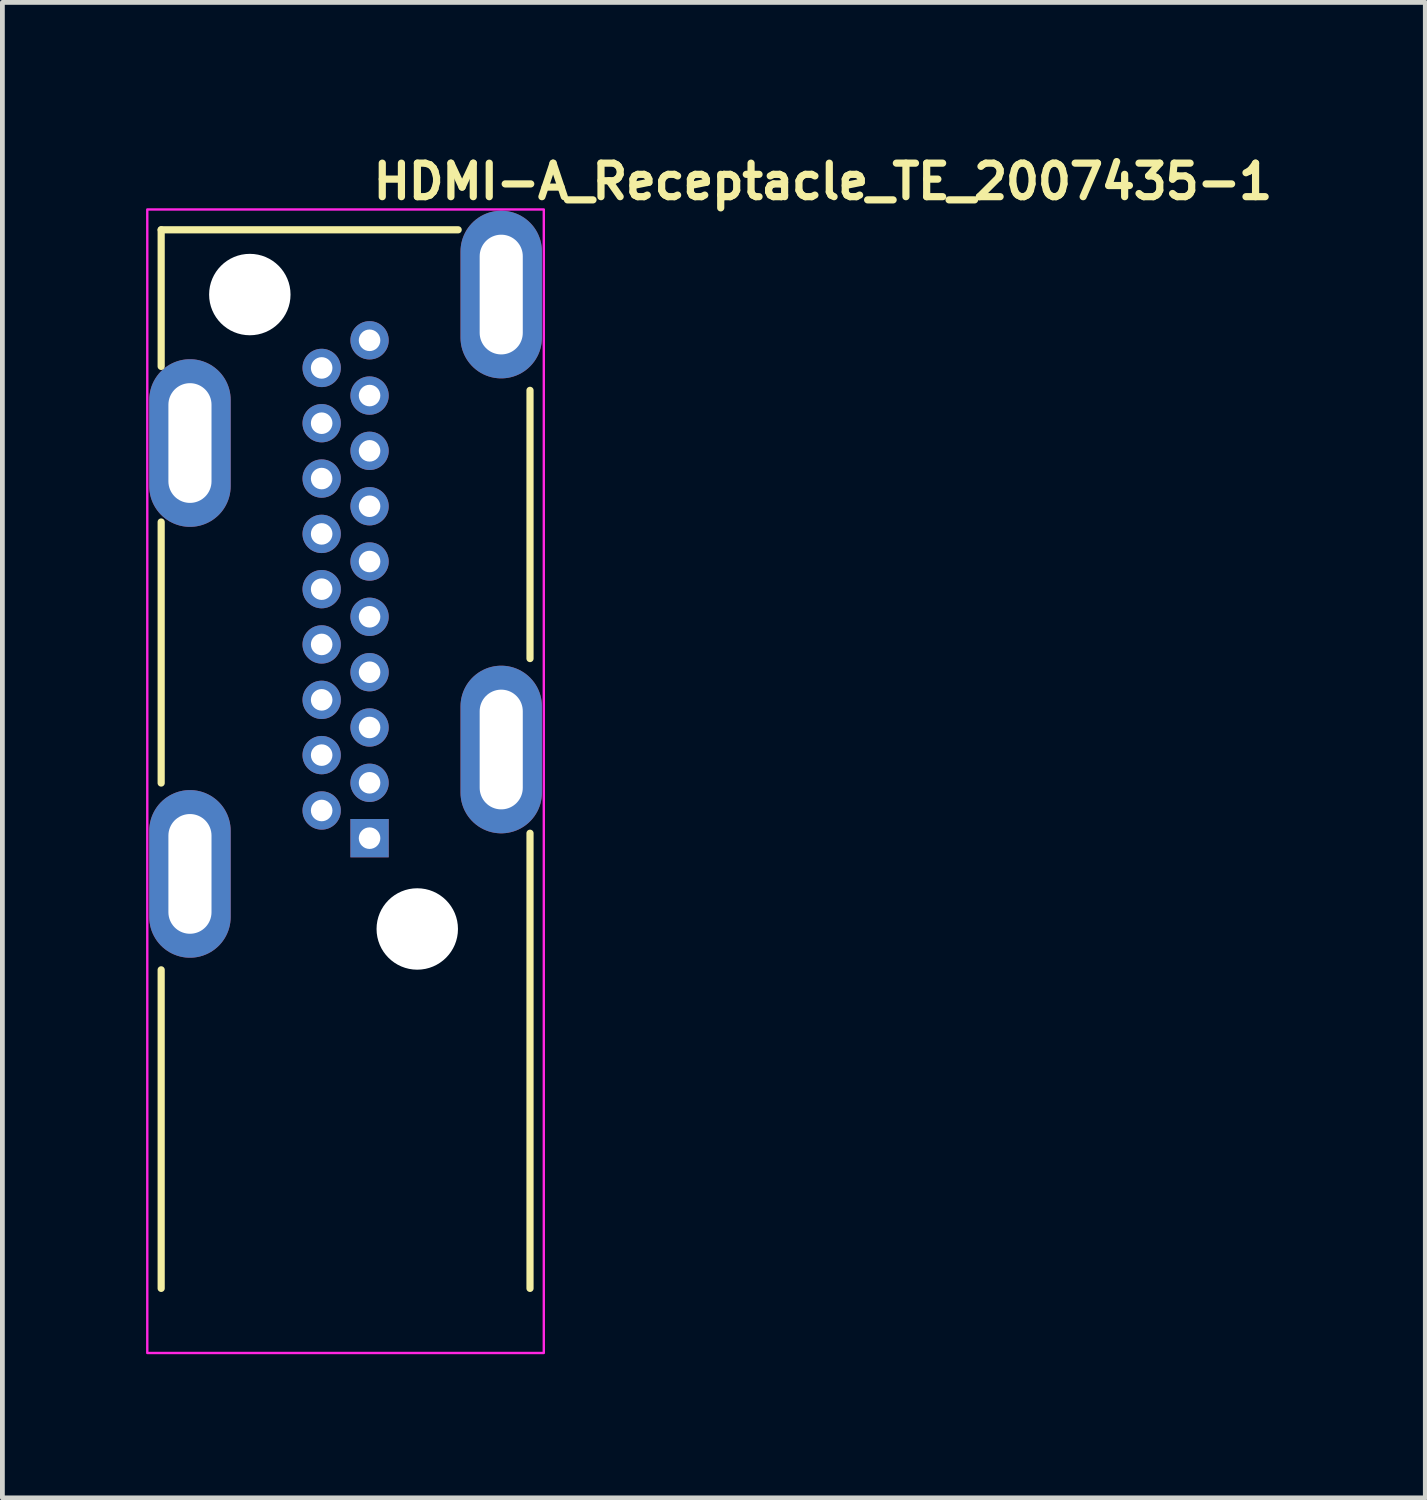
<source format=kicad_pcb>
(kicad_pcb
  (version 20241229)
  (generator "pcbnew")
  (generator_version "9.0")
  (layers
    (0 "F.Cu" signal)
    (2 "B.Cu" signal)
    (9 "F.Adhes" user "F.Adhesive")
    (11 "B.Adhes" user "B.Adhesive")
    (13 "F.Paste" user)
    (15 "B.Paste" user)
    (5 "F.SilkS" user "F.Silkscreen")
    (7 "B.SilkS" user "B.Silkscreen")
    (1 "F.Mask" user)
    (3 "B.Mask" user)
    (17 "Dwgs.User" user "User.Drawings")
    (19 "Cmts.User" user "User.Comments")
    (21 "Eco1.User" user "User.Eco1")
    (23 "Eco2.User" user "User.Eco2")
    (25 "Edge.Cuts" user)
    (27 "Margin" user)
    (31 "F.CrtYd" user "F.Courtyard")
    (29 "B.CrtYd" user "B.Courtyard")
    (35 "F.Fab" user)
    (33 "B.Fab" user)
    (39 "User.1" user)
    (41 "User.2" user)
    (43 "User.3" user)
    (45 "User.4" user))
  (footprint "HDMI-A_Receptacle_TE_2007435-1"
    (layer "F.Cu")
    (at 4.666 14.45)
    (property "Reference" "HDMI-A_Receptacle_TE_2007435-1" (at 0 -13.3 0) (layer "F.SilkS") (effects (font (size 0.7 0.7) (thickness 0.15)) (justify left bottom)))
    (attr through_hole)
    (fp_line (start -4.351 -12.702) (end -4.351 -9.85) (stroke (width 0.15) (type solid)) (layer "F.SilkS"))
    (fp_line (start -4.351 -12.702) (end 1.85 -12.702) (stroke (width 0.15) (type solid)) (layer "F.SilkS"))
    (fp_line (start -4.351 -6.601) (end -4.351 -1.151) (stroke (width 0.15) (type solid)) (layer "F.SilkS"))
    (fp_line (start -4.351 2.749) (end -4.351 9.4) (stroke (width 0.15) (type solid)) (layer "F.SilkS"))
    (fp_line (start 3.35 -9.35) (end 3.35 -3.75) (stroke (width 0.15) (type solid)) (layer "F.SilkS"))
    (fp_line (start 3.35 9.4) (end 3.35 -0.103) (stroke (width 0.15) (type solid)) (layer "F.SilkS"))
    (fp_line (start -4.351 -12.702) (end 3.35 -12.702) (stroke (width 0.127) (type solid)) (layer "Eco2.User"))
    (fp_line (start -4.351 10.4) (end -4.351 -12.702) (stroke (width 0.127) (type solid)) (layer "Eco2.User"))
    (fp_line (start -4.351 10.4) (end 3.35 10.4) (stroke (width 0.127) (type solid)) (layer "Eco2.User"))
    (fp_line (start 3.35 -12.702) (end 3.35 10.4) (stroke (width 0.127) (type solid)) (layer "Eco2.User"))
    (fp_rect (start -4.641 -13.127) (end 3.638 10.749) (stroke (width 0.05) (type solid)) (fill no) (layer "F.CrtYd"))
    (fp_rect (start -4.441 -12.577) (end 3.438 10.499) (stroke (width 0.1) (type solid)) (fill no) (layer "User.5"))
    (fp_line (start -4.441 0.1) (end -4.441 1.6) (stroke (width 0.02) (type solid)) (layer "User.9"))
    (fp_line (start -4.441 0.1) (end -4.127 0.1) (stroke (width 0.02) (type solid)) (layer "User.9"))
    (fp_line (start -4.372 -11.978) (end -4.372 -9.692) (stroke (width 0.02) (type solid)) (layer "User.9"))
    (fp_line (start -4.372 -9.692) (end -3.951 -9.692) (stroke (width 0.02) (type solid)) (layer "User.9"))
    (fp_line (start -4.372 -9.192) (end -4.372 -9.692) (stroke (width 0.02) (type solid)) (layer "User.9"))
    (fp_line (start -4.372 -9.192) (end -3.951 -9.192) (stroke (width 0.02) (type solid)) (layer "User.9"))
    (fp_line (start -4.371 -12.007) (end -4.372 -11.978) (stroke (width 0.02) (type solid)) (layer "User.9"))
    (fp_line (start -4.369 -12.038) (end -4.371 -12.007) (stroke (width 0.02) (type solid)) (layer "User.9"))
    (fp_line (start -4.364 -12.067) (end -4.369 -12.038) (stroke (width 0.02) (type solid)) (layer "User.9"))
    (fp_line (start -4.359 -12.096) (end -4.364 -12.067) (stroke (width 0.02) (type solid)) (layer "User.9"))
    (fp_line (start -4.353 -12.125) (end -4.359 -12.096) (stroke (width 0.02) (type solid)) (layer "User.9"))
    (fp_line (start -4.345 -12.153) (end -4.353 -12.125) (stroke (width 0.02) (type solid)) (layer "User.9"))
    (fp_line (start -4.335 -12.18) (end -4.345 -12.153) (stroke (width 0.02) (type solid)) (layer "User.9"))
    (fp_line (start -4.326 -12.208) (end -4.335 -12.18) (stroke (width 0.02) (type solid)) (layer "User.9"))
    (fp_line (start -4.313 -12.234) (end -4.326 -12.208) (stroke (width 0.02) (type solid)) (layer "User.9"))
    (fp_line (start -4.3 -12.26) (end -4.313 -12.234) (stroke (width 0.02) (type solid)) (layer "User.9"))
    (fp_line (start -4.286 -12.285) (end -4.3 -12.26) (stroke (width 0.02) (type solid)) (layer "User.9"))
    (fp_line (start -4.271 -12.311) (end -4.286 -12.285) (stroke (width 0.02) (type solid)) (layer "User.9"))
    (fp_line (start -4.254 -12.334) (end -4.271 -12.311) (stroke (width 0.02) (type solid)) (layer "User.9"))
    (fp_line (start -4.236 -12.359) (end -4.254 -12.334) (stroke (width 0.02) (type solid)) (layer "User.9"))
    (fp_line (start -4.215 -12.381) (end -4.236 -12.359) (stroke (width 0.02) (type solid)) (layer "User.9"))
    (fp_line (start -4.196 -12.403) (end -4.215 -12.381) (stroke (width 0.02) (type solid)) (layer "User.9"))
    (fp_line (start -4.196 -12.403) (end -4.196 -12.403) (stroke (width 0.02) (type solid)) (layer "User.9"))
    (fp_line (start -4.173 -12.423) (end -4.196 -12.403) (stroke (width 0.02) (type solid)) (layer "User.9"))
    (fp_line (start -4.151 -12.442) (end -4.173 -12.423) (stroke (width 0.02) (type solid)) (layer "User.9"))
    (fp_line (start -4.127 -12.461) (end -4.151 -12.442) (stroke (width 0.02) (type solid)) (layer "User.9"))
    (fp_line (start -4.127 0.1) (end -3.951 0.1) (stroke (width 0.02) (type solid)) (layer "User.9"))
    (fp_line (start -4.127 1.6) (end -4.441 1.6) (stroke (width 0.02) (type solid)) (layer "User.9"))
    (fp_line (start -4.103 -12.477) (end -4.127 -12.461) (stroke (width 0.02) (type solid)) (layer "User.9"))
    (fp_line (start -4.079 -12.493) (end -4.103 -12.477) (stroke (width 0.02) (type solid)) (layer "User.9"))
    (fp_line (start -4.053 -12.507) (end -4.079 -12.493) (stroke (width 0.02) (type solid)) (layer "User.9"))
    (fp_line (start -4.028 -12.52) (end -4.053 -12.507) (stroke (width 0.02) (type solid)) (layer "User.9"))
    (fp_line (start -4 -12.532) (end -4.028 -12.52) (stroke (width 0.02) (type solid)) (layer "User.9"))
    (fp_line (start -3.973 -12.542) (end -4 -12.532) (stroke (width 0.02) (type solid)) (layer "User.9"))
    (fp_line (start -3.951 -11.817) (end -3.95 -11.821) (stroke (width 0.02) (type solid)) (layer "User.9"))
    (fp_line (start -3.951 -11.814) (end -3.95 -11.827) (stroke (width 0.02) (type solid)) (layer "User.9"))
    (fp_line (start -3.951 -11.811) (end -3.951 -11.817) (stroke (width 0.02) (type solid)) (layer "User.9"))
    (fp_line (start -3.951 -11.807) (end -3.951 -11.811) (stroke (width 0.02) (type solid)) (layer "User.9"))
    (fp_line (start -3.951 -11.801) (end -3.951 -11.814) (stroke (width 0.02) (type solid)) (layer "User.9"))
    (fp_line (start -3.951 -11.801) (end -3.951 -11.807) (stroke (width 0.02) (type solid)) (layer "User.9"))
    (fp_line (start -3.951 -9.692) (end -3.951 -11.801) (stroke (width 0.02) (type solid)) (layer "User.9"))
    (fp_line (start -3.951 -9.692) (end -3.951 -9.299) (stroke (width 0.02) (type solid)) (layer "User.9"))
    (fp_line (start -3.951 -9.299) (end -3.951 3.398) (stroke (width 0.02) (type solid)) (layer "User.9"))
    (fp_line (start -3.951 1.6) (end -4.127 1.6) (stroke (width 0.02) (type solid)) (layer "User.9"))
    (fp_line (start -3.95 -11.827) (end -3.948 -11.831) (stroke (width 0.02) (type solid)) (layer "User.9"))
    (fp_line (start -3.95 -11.827) (end -3.947 -11.839) (stroke (width 0.02) (type solid)) (layer "User.9"))
    (fp_line (start -3.95 -11.821) (end -3.95 -11.827) (stroke (width 0.02) (type solid)) (layer "User.9"))
    (fp_line (start -3.948 -11.831) (end -3.947 -11.837) (stroke (width 0.02) (type solid)) (layer "User.9"))
    (fp_line (start -3.947 -11.842) (end -3.946 -11.846) (stroke (width 0.02) (type solid)) (layer "User.9"))
    (fp_line (start -3.947 -11.839) (end -3.944 -11.85) (stroke (width 0.02) (type solid)) (layer "User.9"))
    (fp_line (start -3.947 -11.837) (end -3.947 -11.842) (stroke (width 0.02) (type solid)) (layer "User.9"))
    (fp_line (start -3.946 -12.551) (end -3.973 -12.542) (stroke (width 0.02) (type solid)) (layer "User.9"))
    (fp_line (start -3.946 -11.846) (end -3.944 -11.852) (stroke (width 0.02) (type solid)) (layer "User.9"))
    (fp_line (start -3.944 -11.852) (end -3.943 -11.856) (stroke (width 0.02) (type solid)) (layer "User.9"))
    (fp_line (start -3.944 -11.85) (end -3.942 -11.862) (stroke (width 0.02) (type solid)) (layer "User.9"))
    (fp_line (start -3.943 -11.856) (end -3.942 -11.862) (stroke (width 0.02) (type solid)) (layer "User.9"))
    (fp_line (start -3.942 -11.862) (end -3.94 -11.865) (stroke (width 0.02) (type solid)) (layer "User.9"))
    (fp_line (start -3.942 -11.862) (end -3.938 -11.874) (stroke (width 0.02) (type solid)) (layer "User.9"))
    (fp_line (start -3.94 -11.865) (end -3.939 -11.871) (stroke (width 0.02) (type solid)) (layer "User.9"))
    (fp_line (start -3.939 -11.871) (end -3.936 -11.875) (stroke (width 0.02) (type solid)) (layer "User.9"))
    (fp_line (start -3.938 -11.874) (end -3.932 -11.885) (stroke (width 0.02) (type solid)) (layer "User.9"))
    (fp_line (start -3.936 -11.875) (end -3.935 -11.881) (stroke (width 0.02) (type solid)) (layer "User.9"))
    (fp_line (start -3.932 -11.885) (end -3.927 -11.895) (stroke (width 0.02) (type solid)) (layer "User.9"))
    (fp_line (start -3.927 -11.895) (end -3.92 -11.907) (stroke (width 0.02) (type solid)) (layer "User.9"))
    (fp_line (start -3.92 -11.907) (end -3.915 -11.917) (stroke (width 0.02) (type solid)) (layer "User.9"))
    (fp_line (start -3.918 -12.56) (end -3.946 -12.551) (stroke (width 0.02) (type solid)) (layer "User.9"))
    (fp_line (start -3.915 -11.917) (end -3.907 -11.926) (stroke (width 0.02) (type solid)) (layer "User.9"))
    (fp_line (start -3.907 -11.926) (end -3.899 -11.936) (stroke (width 0.02) (type solid)) (layer "User.9"))
    (fp_line (start -3.899 -11.936) (end -3.89 -11.945) (stroke (width 0.02) (type solid)) (layer "User.9"))
    (fp_line (start -3.89 -11.945) (end -3.88 -11.953) (stroke (width 0.02) (type solid)) (layer "User.9"))
    (fp_line (start -3.888 -12.567) (end -3.918 -12.56) (stroke (width 0.02) (type solid)) (layer "User.9"))
    (fp_line (start -3.88 -11.953) (end -3.871 -11.961) (stroke (width 0.02) (type solid)) (layer "User.9"))
    (fp_line (start -3.871 -11.961) (end -3.86 -11.968) (stroke (width 0.02) (type solid)) (layer "User.9"))
    (fp_line (start -3.86 -12) (end -3.86 -11.968) (stroke (width 0.02) (type solid)) (layer "User.9"))
    (fp_line (start -3.859 -12.571) (end -3.888 -12.567) (stroke (width 0.02) (type solid)) (layer "User.9"))
    (fp_line (start -3.83 -12.574) (end -3.859 -12.571) (stroke (width 0.02) (type solid)) (layer "User.9"))
    (fp_line (start -3.801 -12.577) (end -3.83 -12.574) (stroke (width 0.02) (type solid)) (layer "User.9"))
    (fp_line (start -3.77 -12.577) (end -3.801 -12.577) (stroke (width 0.02) (type solid)) (layer "User.9"))
    (fp_line (start -3.757 -12) (end -3.86 -12) (stroke (width 0.02) (type solid)) (layer "User.9"))
    (fp_line (start -3.757 3.398) (end -3.951 3.398) (stroke (width 0.02) (type solid)) (layer "User.9"))
    (fp_line (start -3.701 -12.577) (end -3.77 -12.577) (stroke (width 0.02) (type solid)) (layer "User.9"))
    (fp_line (start -3.701 -12.577) (end -3.552 -12.577) (stroke (width 0.02) (type solid)) (layer "User.9"))
    (fp_line (start -3.576 1.499) (end -3.576 1.969) (stroke (width 0.02) (type solid)) (layer "User.9"))
    (fp_line (start -3.576 1.969) (end -3.176 3.068) (stroke (width 0.02) (type solid)) (layer "User.9"))
    (fp_line (start -3.552 -12.577) (end -3.378 -12.577) (stroke (width 0.02) (type solid)) (layer "User.9"))
    (fp_line (start -3.5 3.7) (end -3.5 3.398) (stroke (width 0.02) (type solid)) (layer "User.9"))
    (fp_line (start -3.5 3.7) (end -3.448 3.805) (stroke (width 0.02) (type solid)) (layer "User.9"))
    (fp_line (start -3.448 3.805) (end -3.176 4.349) (stroke (width 0.02) (type solid)) (layer "User.9"))
    (fp_line (start -3.378 -12.577) (end -3.202 -12.577) (stroke (width 0.02) (type solid)) (layer "User.9"))
    (fp_line (start -3.322 3.7) (end -3.5 3.7) (stroke (width 0.02) (type solid)) (layer "User.9"))
    (fp_line (start -3.283 -12) (end -3.757 -12) (stroke (width 0.02) (type solid)) (layer "User.9"))
    (fp_line (start -3.283 3.398) (end -3.757 3.398) (stroke (width 0.02) (type solid)) (layer "User.9"))
    (fp_line (start -3.283 3.398) (end -3.176 3.398) (stroke (width 0.02) (type solid)) (layer "User.9"))
    (fp_line (start -3.233 9.076) (end -3.176 8.986) (stroke (width 0.02) (type solid)) (layer "User.9"))
    (fp_line (start -3.233 9.076) (end -3.176 9.111) (stroke (width 0.02) (type solid)) (layer "User.9"))
    (fp_line (start -3.202 -12.577) (end -3.202 -12.343) (stroke (width 0.02) (type solid)) (layer "User.9"))
    (fp_line (start -3.202 -12.577) (end 2.2 -12.577) (stroke (width 0.02) (type solid)) (layer "User.9"))
    (fp_line (start -3.202 -12.343) (end -3.202 -6.479) (stroke (width 0.02) (type solid)) (layer "User.9"))
    (fp_line (start -3.202 -12) (end -3.283 -12) (stroke (width 0.02) (type solid)) (layer "User.9"))
    (fp_line (start -3.202 -6.479) (end -3.202 -5.848) (stroke (width 0.02) (type solid)) (layer "User.9"))
    (fp_line (start -3.2 -6.42) (end -3.202 -6.479) (stroke (width 0.02) (type solid)) (layer "User.9"))
    (fp_line (start -3.2 -5.789) (end -3.202 -5.848) (stroke (width 0.02) (type solid)) (layer "User.9"))
    (fp_line (start -3.194 -6.361) (end -3.2 -6.42) (stroke (width 0.02) (type solid)) (layer "User.9"))
    (fp_line (start -3.194 -5.729) (end -3.2 -5.789) (stroke (width 0.02) (type solid)) (layer "User.9"))
    (fp_line (start -3.189 -6.303) (end -3.194 -6.361) (stroke (width 0.02) (type solid)) (layer "User.9"))
    (fp_line (start -3.189 -5.67) (end -3.194 -5.729) (stroke (width 0.02) (type solid)) (layer "User.9"))
    (fp_line (start -3.18 -6.244) (end -3.189 -6.303) (stroke (width 0.02) (type solid)) (layer "User.9"))
    (fp_line (start -3.18 -5.612) (end -3.189 -5.67) (stroke (width 0.02) (type solid)) (layer "User.9"))
    (fp_line (start -3.176 -5.595) (end -3.176 10.499) (stroke (width 0.02) (type solid)) (layer "User.9"))
    (fp_line (start -3.176 1.499) (end -3.576 1.499) (stroke (width 0.02) (type solid)) (layer "User.9"))
    (fp_line (start -3.176 3.7) (end -3.322 3.7) (stroke (width 0.02) (type solid)) (layer "User.9"))
    (fp_line (start -3.168 -6.186) (end -3.18 -6.244) (stroke (width 0.02) (type solid)) (layer "User.9"))
    (fp_line (start -3.168 -5.555) (end -3.18 -5.612) (stroke (width 0.02) (type solid)) (layer "User.9"))
    (fp_line (start -3.153 -6.13) (end -3.168 -6.186) (stroke (width 0.02) (type solid)) (layer "User.9"))
    (fp_line (start -3.153 -5.499) (end -3.168 -5.555) (stroke (width 0.02) (type solid)) (layer "User.9"))
    (fp_line (start -3.137 -6.074) (end -3.153 -6.13) (stroke (width 0.02) (type solid)) (layer "User.9"))
    (fp_line (start -3.137 -5.441) (end -3.153 -5.499) (stroke (width 0.02) (type solid)) (layer "User.9"))
    (fp_line (start -3.117 -6.018) (end -3.137 -6.074) (stroke (width 0.02) (type solid)) (layer "User.9"))
    (fp_line (start -3.117 -5.385) (end -3.137 -5.441) (stroke (width 0.02) (type solid)) (layer "User.9"))
    (fp_line (start -3.093 -5.962) (end -3.117 -6.018) (stroke (width 0.02) (type solid)) (layer "User.9"))
    (fp_line (start -3.093 -5.33) (end -3.117 -5.385) (stroke (width 0.02) (type solid)) (layer "User.9"))
    (fp_line (start -3.068 -5.907) (end -3.093 -5.962) (stroke (width 0.02) (type solid)) (layer "User.9"))
    (fp_line (start -3.068 -5.276) (end -3.093 -5.33) (stroke (width 0.02) (type solid)) (layer "User.9"))
    (fp_line (start -3.04 -5.853) (end -3.068 -5.907) (stroke (width 0.02) (type solid)) (layer "User.9"))
    (fp_line (start -3.04 -5.221) (end -3.068 -5.276) (stroke (width 0.02) (type solid)) (layer "User.9"))
    (fp_line (start -3.008 -5.8) (end -3.04 -5.853) (stroke (width 0.02) (type solid)) (layer "User.9"))
    (fp_line (start -3.008 -5.169) (end -3.04 -5.221) (stroke (width 0.02) (type solid)) (layer "User.9"))
    (fp_line (start -2.975 -5.747) (end -3.008 -5.8) (stroke (width 0.02) (type solid)) (layer "User.9"))
    (fp_line (start -2.975 -5.116) (end -3.008 -5.169) (stroke (width 0.02) (type solid)) (layer "User.9"))
    (fp_line (start -2.936 -5.696) (end -2.975 -5.747) (stroke (width 0.02) (type solid)) (layer "User.9"))
    (fp_line (start -2.936 -5.063) (end -2.975 -5.116) (stroke (width 0.02) (type solid)) (layer "User.9"))
    (fp_line (start -2.895 -5.643) (end -2.936 -5.696) (stroke (width 0.02) (type solid)) (layer "User.9"))
    (fp_line (start -2.895 -5.013) (end -2.936 -5.063) (stroke (width 0.02) (type solid)) (layer "User.9"))
    (fp_line (start -2.884 10.499) (end -3.176 10.499) (stroke (width 0.02) (type solid)) (layer "User.9"))
    (fp_line (start -2.851 -5.593) (end -2.895 -5.643) (stroke (width 0.02) (type solid)) (layer "User.9"))
    (fp_line (start -2.851 -5.593) (end -1.75 -4.412) (stroke (width 0.02) (type solid)) (layer "User.9"))
    (fp_line (start -2.851 -4.962) (end -2.895 -5.013) (stroke (width 0.02) (type solid)) (layer "User.9"))
    (fp_line (start -2.851 -4.962) (end -1.75 -3.781) (stroke (width 0.02) (type solid)) (layer "User.9"))
    (fp_line (start -2.044 10.499) (end -2.884 10.499) (stroke (width 0.02) (type solid)) (layer "User.9"))
    (fp_line (start -1.877 10.499) (end -2.044 10.499) (stroke (width 0.02) (type solid)) (layer "User.9"))
    (fp_line (start -1.768 10.499) (end -1.877 10.499) (stroke (width 0.02) (type solid)) (layer "User.9"))
    (fp_line (start -1.75 -3.781) (end -1.75 -4.412) (stroke (width 0.02) (type solid)) (layer "User.9"))
    (fp_line (start -1.742 -4.388) (end -1.75 -4.412) (stroke (width 0.02) (type solid)) (layer "User.9"))
    (fp_line (start -1.732 -4.366) (end -1.742 -4.388) (stroke (width 0.02) (type solid)) (layer "User.9"))
    (fp_line (start -1.722 -4.343) (end -1.732 -4.366) (stroke (width 0.02) (type solid)) (layer "User.9"))
    (fp_line (start -1.71 -4.319) (end -1.722 -4.343) (stroke (width 0.02) (type solid)) (layer "User.9"))
    (fp_line (start -1.698 -4.297) (end -1.71 -4.319) (stroke (width 0.02) (type solid)) (layer "User.9"))
    (fp_line (start -1.686 -4.274) (end -1.698 -4.297) (stroke (width 0.02) (type solid)) (layer "User.9"))
    (fp_line (start -1.672 -4.252) (end -1.686 -4.274) (stroke (width 0.02) (type solid)) (layer "User.9"))
    (fp_line (start -1.657 -4.231) (end -1.672 -4.252) (stroke (width 0.02) (type solid)) (layer "User.9"))
    (fp_line (start -1.641 -4.21) (end -1.657 -4.231) (stroke (width 0.02) (type solid)) (layer "User.9"))
    (fp_line (start -1.627 -4.188) (end -1.641 -4.21) (stroke (width 0.02) (type solid)) (layer "User.9"))
    (fp_line (start -1.609 -4.167) (end -1.627 -4.188) (stroke (width 0.02) (type solid)) (layer "User.9"))
    (fp_line (start -1.593 -4.146) (end -1.609 -4.167) (stroke (width 0.02) (type solid)) (layer "User.9"))
    (fp_line (start -1.575 -4.127) (end -1.593 -4.146) (stroke (width 0.02) (type solid)) (layer "User.9"))
    (fp_line (start -1.555 -4.106) (end -1.575 -4.127) (stroke (width 0.02) (type solid)) (layer "User.9"))
    (fp_line (start -1.536 -4.087) (end -1.555 -4.106) (stroke (width 0.02) (type solid)) (layer "User.9"))
    (fp_line (start -1.516 -4.066) (end -1.536 -4.087) (stroke (width 0.02) (type solid)) (layer "User.9"))
    (fp_line (start -1.516 -4.066) (end -1.393 -3.955) (stroke (width 0.02) (type solid)) (layer "User.9"))
    (fp_line (start -1.442 10.499) (end -1.768 10.499) (stroke (width 0.02) (type solid)) (layer "User.9"))
    (fp_line (start -1.442 10.499) (end -1.442 10.499) (stroke (width 0.02) (type solid)) (layer "User.9"))
    (fp_line (start -1.393 -3.955) (end -1.248 -3.819) (stroke (width 0.02) (type solid)) (layer "User.9"))
    (fp_line (start -1.248 -3.819) (end -0.91 -3.501) (stroke (width 0.02) (type solid)) (layer "User.9"))
    (fp_line (start -0.91 10.499) (end -1.442 10.499) (stroke (width 0.02) (type solid)) (layer "User.9"))
    (fp_line (start -0.49 5.084) (end -0.489 5.068) (stroke (width 0.02) (type solid)) (layer "User.9"))
    (fp_line (start -0.49 5.099) (end -0.49 5.084) (stroke (width 0.02) (type solid)) (layer "User.9"))
    (fp_line (start -0.49 5.099) (end -0.49 8.823) (stroke (width 0.02) (type solid)) (layer "User.9"))
    (fp_line (start -0.49 8.833) (end -0.49 8.823) (stroke (width 0.02) (type solid)) (layer "User.9"))
    (fp_line (start -0.49 8.833) (end -0.49 8.823) (stroke (width 0.02) (type solid)) (layer "User.9"))
    (fp_line (start -0.49 8.84) (end -0.49 8.833) (stroke (width 0.02) (type solid)) (layer "User.9"))
    (fp_line (start -0.49 8.84) (end -0.49 8.833) (stroke (width 0.02) (type solid)) (layer "User.9"))
    (fp_line (start -0.489 5.068) (end -0.487 5.054) (stroke (width 0.02) (type solid)) (layer "User.9"))
    (fp_line (start -0.488 8.849) (end -0.49 8.84) (stroke (width 0.02) (type solid)) (layer "User.9"))
    (fp_line (start -0.488 8.849) (end -0.49 8.84) (stroke (width 0.02) (type solid)) (layer "User.9"))
    (fp_line (start -0.487 5.054) (end -0.484 5.038) (stroke (width 0.02) (type solid)) (layer "User.9"))
    (fp_line (start -0.487 8.858) (end -0.488 8.849) (stroke (width 0.02) (type solid)) (layer "User.9"))
    (fp_line (start -0.487 8.858) (end -0.488 8.849) (stroke (width 0.02) (type solid)) (layer "User.9"))
    (fp_line (start -0.485 8.867) (end -0.487 8.858) (stroke (width 0.02) (type solid)) (layer "User.9"))
    (fp_line (start -0.485 8.867) (end -0.487 8.858) (stroke (width 0.02) (type solid)) (layer "User.9"))
    (fp_line (start -0.484 5.038) (end -0.481 5.025) (stroke (width 0.02) (type solid)) (layer "User.9"))
    (fp_line (start -0.483 8.875) (end -0.485 8.867) (stroke (width 0.02) (type solid)) (layer "User.9"))
    (fp_line (start -0.483 8.875) (end -0.485 8.867) (stroke (width 0.02) (type solid)) (layer "User.9"))
    (fp_line (start -0.481 5.025) (end -0.478 5.009) (stroke (width 0.02) (type solid)) (layer "User.9"))
    (fp_line (start -0.48 8.884) (end -0.483 8.875) (stroke (width 0.02) (type solid)) (layer "User.9"))
    (fp_line (start -0.48 8.884) (end -0.483 8.875) (stroke (width 0.02) (type solid)) (layer "User.9"))
    (fp_line (start -0.478 5.009) (end -0.473 4.996) (stroke (width 0.02) (type solid)) (layer "User.9"))
    (fp_line (start -0.478 8.891) (end -0.48 8.884) (stroke (width 0.02) (type solid)) (layer "User.9"))
    (fp_line (start -0.478 8.891) (end -0.48 8.884) (stroke (width 0.02) (type solid)) (layer "User.9"))
    (fp_line (start -0.474 8.9) (end -0.478 8.891) (stroke (width 0.02) (type solid)) (layer "User.9"))
    (fp_line (start -0.474 8.9) (end -0.478 8.891) (stroke (width 0.02) (type solid)) (layer "User.9"))
    (fp_line (start -0.473 4.996) (end -0.468 4.983) (stroke (width 0.02) (type solid)) (layer "User.9"))
    (fp_line (start -0.47 8.906) (end -0.474 8.9) (stroke (width 0.02) (type solid)) (layer "User.9"))
    (fp_line (start -0.47 8.906) (end -0.474 8.9) (stroke (width 0.02) (type solid)) (layer "User.9"))
    (fp_line (start -0.468 4.983) (end -0.462 4.969) (stroke (width 0.02) (type solid)) (layer "User.9"))
    (fp_line (start -0.466 8.913) (end -0.47 8.906) (stroke (width 0.02) (type solid)) (layer "User.9"))
    (fp_line (start -0.466 8.913) (end -0.47 8.906) (stroke (width 0.02) (type solid)) (layer "User.9"))
    (fp_line (start -0.462 4.969) (end -0.455 4.956) (stroke (width 0.02) (type solid)) (layer "User.9"))
    (fp_line (start -0.462 8.922) (end -0.466 8.913) (stroke (width 0.02) (type solid)) (layer "User.9"))
    (fp_line (start -0.462 8.922) (end -0.466 8.913) (stroke (width 0.02) (type solid)) (layer "User.9"))
    (fp_line (start -0.457 8.929) (end -0.462 8.922) (stroke (width 0.02) (type solid)) (layer "User.9"))
    (fp_line (start -0.457 8.929) (end -0.462 8.922) (stroke (width 0.02) (type solid)) (layer "User.9"))
    (fp_line (start -0.455 4.956) (end -0.447 4.943) (stroke (width 0.02) (type solid)) (layer "User.9"))
    (fp_line (start -0.452 8.935) (end -0.457 8.929) (stroke (width 0.02) (type solid)) (layer "User.9"))
    (fp_line (start -0.452 8.935) (end -0.457 8.929) (stroke (width 0.02) (type solid)) (layer "User.9"))
    (fp_line (start -0.447 4.943) (end -0.439 4.932) (stroke (width 0.02) (type solid)) (layer "User.9"))
    (fp_line (start -0.445 8.941) (end -0.452 8.935) (stroke (width 0.02) (type solid)) (layer "User.9"))
    (fp_line (start -0.445 8.941) (end -0.452 8.935) (stroke (width 0.02) (type solid)) (layer "User.9"))
    (fp_line (start -0.439 4.932) (end -0.431 4.919) (stroke (width 0.02) (type solid)) (layer "User.9"))
    (fp_line (start -0.439 8.948) (end -0.445 8.941) (stroke (width 0.02) (type solid)) (layer "User.9"))
    (fp_line (start -0.439 8.948) (end -0.445 8.941) (stroke (width 0.02) (type solid)) (layer "User.9"))
    (fp_line (start -0.433 8.952) (end -0.439 8.948) (stroke (width 0.02) (type solid)) (layer "User.9"))
    (fp_line (start -0.433 8.952) (end -0.439 8.948) (stroke (width 0.02) (type solid)) (layer "User.9"))
    (fp_line (start -0.431 4.919) (end -0.422 4.908) (stroke (width 0.02) (type solid)) (layer "User.9"))
    (fp_line (start -0.427 8.958) (end -0.433 8.952) (stroke (width 0.02) (type solid)) (layer "User.9"))
    (fp_line (start -0.427 8.958) (end -0.433 8.952) (stroke (width 0.02) (type solid)) (layer "User.9"))
    (fp_line (start -0.422 4.908) (end -0.414 4.897) (stroke (width 0.02) (type solid)) (layer "User.9"))
    (fp_line (start -0.42 8.964) (end -0.427 8.958) (stroke (width 0.02) (type solid)) (layer "User.9"))
    (fp_line (start -0.42 8.964) (end -0.427 8.958) (stroke (width 0.02) (type solid)) (layer "User.9"))
    (fp_line (start -0.414 4.897) (end -0.404 4.887) (stroke (width 0.02) (type solid)) (layer "User.9"))
    (fp_line (start -0.414 8.968) (end -0.42 8.964) (stroke (width 0.02) (type solid)) (layer "User.9"))
    (fp_line (start -0.414 8.968) (end -0.42 8.964) (stroke (width 0.02) (type solid)) (layer "User.9"))
    (fp_line (start -0.407 8.974) (end -0.414 8.968) (stroke (width 0.02) (type solid)) (layer "User.9"))
    (fp_line (start -0.407 8.974) (end -0.414 8.968) (stroke (width 0.02) (type solid)) (layer "User.9"))
    (fp_line (start -0.404 4.887) (end -0.393 4.876) (stroke (width 0.02) (type solid)) (layer "User.9"))
    (fp_line (start -0.4 8.977) (end -0.407 8.974) (stroke (width 0.02) (type solid)) (layer "User.9"))
    (fp_line (start -0.4 8.977) (end -0.407 8.974) (stroke (width 0.02) (type solid)) (layer "User.9"))
    (fp_line (start -0.393 4.876) (end -0.381 4.868) (stroke (width 0.02) (type solid)) (layer "User.9"))
    (fp_line (start -0.392 8.981) (end -0.4 8.977) (stroke (width 0.02) (type solid)) (layer "User.9"))
    (fp_line (start -0.392 8.981) (end -0.4 8.977) (stroke (width 0.02) (type solid)) (layer "User.9"))
    (fp_line (start -0.384 8.984) (end -0.392 8.981) (stroke (width 0.02) (type solid)) (layer "User.9"))
    (fp_line (start -0.384 8.984) (end -0.392 8.981) (stroke (width 0.02) (type solid)) (layer "User.9"))
    (fp_line (start -0.381 4.868) (end -0.37 4.858) (stroke (width 0.02) (type solid)) (layer "User.9"))
    (fp_line (start -0.376 8.989) (end -0.384 8.984) (stroke (width 0.02) (type solid)) (layer "User.9"))
    (fp_line (start -0.376 8.989) (end -0.384 8.984) (stroke (width 0.02) (type solid)) (layer "User.9"))
    (fp_line (start -0.37 4.858) (end -0.358 4.85) (stroke (width 0.02) (type solid)) (layer "User.9"))
    (fp_line (start -0.368 8.99) (end -0.376 8.989) (stroke (width 0.02) (type solid)) (layer "User.9"))
    (fp_line (start -0.368 8.99) (end -0.376 8.989) (stroke (width 0.02) (type solid)) (layer "User.9"))
    (fp_line (start -0.359 8.993) (end -0.368 8.99) (stroke (width 0.02) (type solid)) (layer "User.9"))
    (fp_line (start -0.359 8.993) (end -0.368 8.99) (stroke (width 0.02) (type solid)) (layer "User.9"))
    (fp_line (start -0.358 4.85) (end -0.347 4.842) (stroke (width 0.02) (type solid)) (layer "User.9"))
    (fp_line (start -0.352 8.996) (end -0.359 8.993) (stroke (width 0.02) (type solid)) (layer "User.9"))
    (fp_line (start -0.352 8.996) (end -0.359 8.993) (stroke (width 0.02) (type solid)) (layer "User.9"))
    (fp_line (start -0.347 4.842) (end -0.334 4.836) (stroke (width 0.02) (type solid)) (layer "User.9"))
    (fp_line (start -0.343 8.996) (end -0.352 8.996) (stroke (width 0.02) (type solid)) (layer "User.9"))
    (fp_line (start -0.343 8.996) (end -0.352 8.996) (stroke (width 0.02) (type solid)) (layer "User.9"))
    (fp_line (start -0.334 4.836) (end -0.322 4.828) (stroke (width 0.02) (type solid)) (layer "User.9"))
    (fp_line (start -0.334 8.999) (end -0.343 8.996) (stroke (width 0.02) (type solid)) (layer "User.9"))
    (fp_line (start -0.334 8.999) (end -0.343 8.996) (stroke (width 0.02) (type solid)) (layer "User.9"))
    (fp_line (start -0.326 8.999) (end -0.334 8.999) (stroke (width 0.02) (type solid)) (layer "User.9"))
    (fp_line (start -0.326 8.999) (end -0.334 8.999) (stroke (width 0.02) (type solid)) (layer "User.9"))
    (fp_line (start -0.322 4.828) (end -0.307 4.823) (stroke (width 0.02) (type solid)) (layer "User.9"))
    (fp_line (start -0.316 8.999) (end -0.326 8.999) (stroke (width 0.02) (type solid)) (layer "User.9"))
    (fp_line (start -0.316 8.999) (end -0.326 8.999) (stroke (width 0.02) (type solid)) (layer "User.9"))
    (fp_line (start -0.316 8.999) (end -0.316 8.999) (stroke (width 0.02) (type solid)) (layer "User.9"))
    (fp_line (start -0.316 8.999) (end -0.316 8.999) (stroke (width 0.02) (type solid)) (layer "User.9"))
    (fp_line (start -0.315 7.531) (end -0.315 7.466) (stroke (width 0.02) (type solid)) (layer "User.9"))
    (fp_line (start -0.315 7.531) (end -0.299 7.531) (stroke (width 0.02) (type solid)) (layer "User.9"))
    (fp_line (start -0.315 8.365) (end -0.301 8.365) (stroke (width 0.02) (type solid)) (layer "User.9"))
    (fp_line (start -0.315 8.499) (end -0.49 8.499) (stroke (width 0.02) (type solid)) (layer "User.9"))
    (fp_line (start -0.315 8.499) (end -0.301 8.499) (stroke (width 0.02) (type solid)) (layer "User.9"))
    (fp_line (start -0.307 4.823) (end -0.294 4.818) (stroke (width 0.02) (type solid)) (layer "User.9"))
    (fp_line (start -0.306 8.999) (end -0.316 8.999) (stroke (width 0.02) (type solid)) (layer "User.9"))
    (fp_line (start -0.306 8.999) (end -0.316 8.999) (stroke (width 0.02) (type solid)) (layer "User.9"))
    (fp_line (start -0.301 8.365) (end -0.287 8.365) (stroke (width 0.02) (type solid)) (layer "User.9"))
    (fp_line (start -0.301 8.499) (end -0.287 8.496) (stroke (width 0.02) (type solid)) (layer "User.9"))
    (fp_line (start -0.299 7.531) (end -0.283 7.531) (stroke (width 0.02) (type solid)) (layer "User.9"))
    (fp_line (start -0.298 8.999) (end -0.306 8.999) (stroke (width 0.02) (type solid)) (layer "User.9"))
    (fp_line (start -0.298 8.999) (end -0.306 8.999) (stroke (width 0.02) (type solid)) (layer "User.9"))
    (fp_line (start -0.294 4.818) (end -0.281 4.812) (stroke (width 0.02) (type solid)) (layer "User.9"))
    (fp_line (start -0.289 8.997) (end -0.298 8.999) (stroke (width 0.02) (type solid)) (layer "User.9"))
    (fp_line (start -0.289 8.997) (end -0.298 8.999) (stroke (width 0.02) (type solid)) (layer "User.9"))
    (fp_line (start -0.287 8.365) (end -0.273 8.364) (stroke (width 0.02) (type solid)) (layer "User.9"))
    (fp_line (start -0.287 8.496) (end -0.273 8.495) (stroke (width 0.02) (type solid)) (layer "User.9"))
    (fp_line (start -0.283 7.531) (end -0.267 7.53) (stroke (width 0.02) (type solid)) (layer "User.9"))
    (fp_line (start -0.281 4.812) (end -0.266 4.809) (stroke (width 0.02) (type solid)) (layer "User.9"))
    (fp_line (start -0.281 8.996) (end -0.289 8.997) (stroke (width 0.02) (type solid)) (layer "User.9"))
    (fp_line (start -0.281 8.996) (end -0.289 8.997) (stroke (width 0.02) (type solid)) (layer "User.9"))
    (fp_line (start -0.273 8.364) (end -0.259 8.362) (stroke (width 0.02) (type solid)) (layer "User.9"))
    (fp_line (start -0.273 8.495) (end -0.259 8.49) (stroke (width 0.02) (type solid)) (layer "User.9"))
    (fp_line (start -0.273 8.993) (end -0.281 8.996) (stroke (width 0.02) (type solid)) (layer "User.9"))
    (fp_line (start -0.273 8.993) (end -0.281 8.996) (stroke (width 0.02) (type solid)) (layer "User.9"))
    (fp_line (start -0.267 7.53) (end -0.251 7.528) (stroke (width 0.02) (type solid)) (layer "User.9"))
    (fp_line (start -0.266 4.809) (end -0.251 4.805) (stroke (width 0.02) (type solid)) (layer "User.9"))
    (fp_line (start -0.264 8.992) (end -0.273 8.993) (stroke (width 0.02) (type solid)) (layer "User.9"))
    (fp_line (start -0.264 8.992) (end -0.273 8.993) (stroke (width 0.02) (type solid)) (layer "User.9"))
    (fp_line (start -0.259 8.362) (end -0.244 8.361) (stroke (width 0.02) (type solid)) (layer "User.9"))
    (fp_line (start -0.259 8.49) (end -0.245 8.486) (stroke (width 0.02) (type solid)) (layer "User.9"))
    (fp_line (start -0.255 8.989) (end -0.264 8.992) (stroke (width 0.02) (type solid)) (layer "User.9"))
    (fp_line (start -0.255 8.989) (end -0.264 8.992) (stroke (width 0.02) (type solid)) (layer "User.9"))
    (fp_line (start -0.251 4.805) (end -0.237 4.802) (stroke (width 0.02) (type solid)) (layer "User.9"))
    (fp_line (start -0.251 7.528) (end -0.237 7.525) (stroke (width 0.02) (type solid)) (layer "User.9"))
    (fp_line (start -0.247 8.986) (end -0.255 8.989) (stroke (width 0.02) (type solid)) (layer "User.9"))
    (fp_line (start -0.247 8.986) (end -0.255 8.989) (stroke (width 0.02) (type solid)) (layer "User.9"))
    (fp_line (start -0.245 8.486) (end -0.233 8.48) (stroke (width 0.02) (type solid)) (layer "User.9"))
    (fp_line (start -0.244 8.361) (end -0.232 8.358) (stroke (width 0.02) (type solid)) (layer "User.9"))
    (fp_line (start -0.24 8.983) (end -0.247 8.986) (stroke (width 0.02) (type solid)) (layer "User.9"))
    (fp_line (start -0.24 8.983) (end -0.247 8.986) (stroke (width 0.02) (type solid)) (layer "User.9"))
    (fp_line (start -0.237 4.802) (end -0.221 4.801) (stroke (width 0.02) (type solid)) (layer "User.9"))
    (fp_line (start -0.237 7.525) (end -0.221 7.523) (stroke (width 0.02) (type solid)) (layer "User.9"))
    (fp_line (start -0.233 8.48) (end -0.219 8.474) (stroke (width 0.02) (type solid)) (layer "User.9"))
    (fp_line (start -0.233 8.979) (end -0.24 8.983) (stroke (width 0.02) (type solid)) (layer "User.9"))
    (fp_line (start -0.233 8.979) (end -0.24 8.983) (stroke (width 0.02) (type solid)) (layer "User.9"))
    (fp_line (start -0.232 8.358) (end -0.219 8.356) (stroke (width 0.02) (type solid)) (layer "User.9"))
    (fp_line (start -0.224 8.974) (end -0.233 8.979) (stroke (width 0.02) (type solid)) (layer "User.9"))
    (fp_line (start -0.224 8.974) (end -0.233 8.979) (stroke (width 0.02) (type solid)) (layer "User.9"))
    (fp_line (start -0.221 4.801) (end -0.207 4.799) (stroke (width 0.02) (type solid)) (layer "User.9"))
    (fp_line (start -0.221 7.523) (end -0.209 7.52) (stroke (width 0.02) (type solid)) (layer "User.9"))
    (fp_line (start -0.219 8.356) (end -0.207 8.355) (stroke (width 0.02) (type solid)) (layer "User.9"))
    (fp_line (start -0.219 8.474) (end -0.208 8.467) (stroke (width 0.02) (type solid)) (layer "User.9"))
    (fp_line (start -0.217 8.97) (end -0.224 8.974) (stroke (width 0.02) (type solid)) (layer "User.9"))
    (fp_line (start -0.217 8.97) (end -0.224 8.974) (stroke (width 0.02) (type solid)) (layer "User.9"))
    (fp_line (start -0.21 8.964) (end -0.217 8.97) (stroke (width 0.02) (type solid)) (layer "User.9"))
    (fp_line (start -0.21 8.964) (end -0.217 8.97) (stroke (width 0.02) (type solid)) (layer "User.9"))
    (fp_line (start -0.209 7.52) (end -0.195 7.517) (stroke (width 0.02) (type solid)) (layer "User.9"))
    (fp_line (start -0.208 8.467) (end -0.196 8.458) (stroke (width 0.02) (type solid)) (layer "User.9"))
    (fp_line (start -0.207 4.799) (end -0.19 4.799) (stroke (width 0.02) (type solid)) (layer "User.9"))
    (fp_line (start -0.207 8.355) (end -0.196 8.352) (stroke (width 0.02) (type solid)) (layer "User.9"))
    (fp_line (start -0.205 8.96) (end -0.21 8.964) (stroke (width 0.02) (type solid)) (layer "User.9"))
    (fp_line (start -0.205 8.96) (end -0.21 8.964) (stroke (width 0.02) (type solid)) (layer "User.9"))
    (fp_line (start -0.198 8.954) (end -0.205 8.96) (stroke (width 0.02) (type solid)) (layer "User.9"))
    (fp_line (start -0.198 8.954) (end -0.205 8.96) (stroke (width 0.02) (type solid)) (layer "User.9"))
    (fp_line (start -0.196 8.352) (end -0.184 8.349) (stroke (width 0.02) (type solid)) (layer "User.9"))
    (fp_line (start -0.196 8.458) (end -0.184 8.451) (stroke (width 0.02) (type solid)) (layer "User.9"))
    (fp_line (start -0.195 7.517) (end -0.182 7.515) (stroke (width 0.02) (type solid)) (layer "User.9"))
    (fp_line (start -0.191 8.948) (end -0.198 8.954) (stroke (width 0.02) (type solid)) (layer "User.9"))
    (fp_line (start -0.191 8.948) (end -0.198 8.954) (stroke (width 0.02) (type solid)) (layer "User.9"))
    (fp_line (start -0.185 8.942) (end -0.191 8.948) (stroke (width 0.02) (type solid)) (layer "User.9"))
    (fp_line (start -0.185 8.942) (end -0.191 8.948) (stroke (width 0.02) (type solid)) (layer "User.9"))
    (fp_line (start -0.184 8.349) (end -0.174 8.345) (stroke (width 0.02) (type solid)) (layer "User.9"))
    (fp_line (start -0.184 8.451) (end -0.175 8.441) (stroke (width 0.02) (type solid)) (layer "User.9"))
    (fp_line (start -0.182 7.515) (end -0.172 7.51) (stroke (width 0.02) (type solid)) (layer "User.9"))
    (fp_line (start -0.18 8.936) (end -0.185 8.942) (stroke (width 0.02) (type solid)) (layer "User.9"))
    (fp_line (start -0.18 8.936) (end -0.185 8.942) (stroke (width 0.02) (type solid)) (layer "User.9"))
    (fp_line (start -0.175 8.441) (end -0.165 8.431) (stroke (width 0.02) (type solid)) (layer "User.9"))
    (fp_line (start -0.175 8.929) (end -0.18 8.936) (stroke (width 0.02) (type solid)) (layer "User.9"))
    (fp_line (start -0.175 8.929) (end -0.18 8.936) (stroke (width 0.02) (type solid)) (layer "User.9"))
    (fp_line (start -0.174 8.345) (end -0.165 8.342) (stroke (width 0.02) (type solid)) (layer "User.9"))
    (fp_line (start -0.172 7.51) (end -0.16 7.507) (stroke (width 0.02) (type solid)) (layer "User.9"))
    (fp_line (start -0.17 8.922) (end -0.175 8.929) (stroke (width 0.02) (type solid)) (layer "User.9"))
    (fp_line (start -0.17 8.922) (end -0.175 8.929) (stroke (width 0.02) (type solid)) (layer "User.9"))
    (fp_line (start -0.166 8.916) (end -0.17 8.922) (stroke (width 0.02) (type solid)) (layer "User.9"))
    (fp_line (start -0.166 8.916) (end -0.17 8.922) (stroke (width 0.02) (type solid)) (layer "User.9"))
    (fp_line (start -0.165 8.342) (end -0.155 8.339) (stroke (width 0.02) (type solid)) (layer "User.9"))
    (fp_line (start -0.165 8.431) (end -0.155 8.419) (stroke (width 0.02) (type solid)) (layer "User.9"))
    (fp_line (start -0.162 8.909) (end -0.166 8.916) (stroke (width 0.02) (type solid)) (layer "User.9"))
    (fp_line (start -0.162 8.909) (end -0.166 8.916) (stroke (width 0.02) (type solid)) (layer "User.9"))
    (fp_line (start -0.16 7.507) (end -0.15 7.502) (stroke (width 0.02) (type solid)) (layer "User.9"))
    (fp_line (start -0.157 8.9) (end -0.162 8.909) (stroke (width 0.02) (type solid)) (layer "User.9"))
    (fp_line (start -0.157 8.9) (end -0.162 8.909) (stroke (width 0.02) (type solid)) (layer "User.9"))
    (fp_line (start -0.155 8.339) (end -0.146 8.335) (stroke (width 0.02) (type solid)) (layer "User.9"))
    (fp_line (start -0.155 8.419) (end -0.147 8.407) (stroke (width 0.02) (type solid)) (layer "User.9"))
    (fp_line (start -0.153 8.893) (end -0.157 8.9) (stroke (width 0.02) (type solid)) (layer "User.9"))
    (fp_line (start -0.153 8.893) (end -0.157 8.9) (stroke (width 0.02) (type solid)) (layer "User.9"))
    (fp_line (start -0.15 7.502) (end -0.143 7.498) (stroke (width 0.02) (type solid)) (layer "User.9"))
    (fp_line (start -0.15 8.886) (end -0.153 8.893) (stroke (width 0.02) (type solid)) (layer "User.9"))
    (fp_line (start -0.15 8.886) (end -0.153 8.893) (stroke (width 0.02) (type solid)) (layer "User.9"))
    (fp_line (start -0.147 8.407) (end -0.141 8.394) (stroke (width 0.02) (type solid)) (layer "User.9"))
    (fp_line (start -0.147 8.877) (end -0.15 8.886) (stroke (width 0.02) (type solid)) (layer "User.9"))
    (fp_line (start -0.147 8.877) (end -0.15 8.886) (stroke (width 0.02) (type solid)) (layer "User.9"))
    (fp_line (start -0.146 8.335) (end -0.14 8.33) (stroke (width 0.02) (type solid)) (layer "User.9"))
    (fp_line (start -0.145 8.868) (end -0.147 8.877) (stroke (width 0.02) (type solid)) (layer "User.9"))
    (fp_line (start -0.145 8.868) (end -0.147 8.877) (stroke (width 0.02) (type solid)) (layer "User.9"))
    (fp_line (start -0.143 7.498) (end -0.135 7.493) (stroke (width 0.02) (type solid)) (layer "User.9"))
    (fp_line (start -0.143 8.861) (end -0.145 8.868) (stroke (width 0.02) (type solid)) (layer "User.9"))
    (fp_line (start -0.143 8.861) (end -0.145 8.868) (stroke (width 0.02) (type solid)) (layer "User.9"))
    (fp_line (start -0.142 8.852) (end -0.143 8.861) (stroke (width 0.02) (type solid)) (layer "User.9"))
    (fp_line (start -0.142 8.852) (end -0.143 8.861) (stroke (width 0.02) (type solid)) (layer "User.9"))
    (fp_line (start -0.141 8.394) (end -0.134 8.381) (stroke (width 0.02) (type solid)) (layer "User.9"))
    (fp_line (start -0.141 8.842) (end -0.142 8.852) (stroke (width 0.02) (type solid)) (layer "User.9"))
    (fp_line (start -0.141 8.842) (end -0.142 8.852) (stroke (width 0.02) (type solid)) (layer "User.9"))
    (fp_line (start -0.14 8.33) (end -0.134 8.326) (stroke (width 0.02) (type solid)) (layer "User.9"))
    (fp_line (start -0.14 8.835) (end -0.141 8.842) (stroke (width 0.02) (type solid)) (layer "User.9"))
    (fp_line (start -0.14 8.835) (end -0.141 8.842) (stroke (width 0.02) (type solid)) (layer "User.9"))
    (fp_line (start -0.139 8.826) (end -0.14 8.835) (stroke (width 0.02) (type solid)) (layer "User.9"))
    (fp_line (start -0.139 8.826) (end -0.14 8.835) (stroke (width 0.02) (type solid)) (layer "User.9"))
    (fp_line (start -0.139 8.826) (end -0.114 6.629) (stroke (width 0.02) (type solid)) (layer "User.9"))
    (fp_line (start -0.135 7.493) (end -0.128 7.488) (stroke (width 0.02) (type solid)) (layer "User.9"))
    (fp_line (start -0.128 7.488) (end -0.123 7.483) (stroke (width 0.02) (type solid)) (layer "User.9"))
    (fp_line (start -0.117 4.799) (end -0.117 6.858) (stroke (width 0.02) (type solid)) (layer "User.9"))
    (fp_line (start -0.11 6.349) (end -0.114 6.629) (stroke (width 0.02) (type solid)) (layer "User.9"))
    (fp_line (start -0.11 6.349) (end -0.101 5.528) (stroke (width 0.02) (type solid)) (layer "User.9"))
    (fp_line (start -0.101 5.517) (end -0.101 5.528) (stroke (width 0.02) (type solid)) (layer "User.9"))
    (fp_line (start -0.1 5.509) (end -0.101 5.517) (stroke (width 0.02) (type solid)) (layer "User.9"))
    (fp_line (start -0.099 5.32) (end -0.101 5.528) (stroke (width 0.02) (type solid)) (layer "User.9"))
    (fp_line (start -0.099 5.32) (end -0.098 5.312) (stroke (width 0.02) (type solid)) (layer "User.9"))
    (fp_line (start -0.099 5.499) (end -0.1 5.509) (stroke (width 0.02) (type solid)) (layer "User.9"))
    (fp_line (start -0.098 5.302) (end -0.096 5.294) (stroke (width 0.02) (type solid)) (layer "User.9"))
    (fp_line (start -0.098 5.312) (end -0.098 5.302) (stroke (width 0.02) (type solid)) (layer "User.9"))
    (fp_line (start -0.096 5.294) (end -0.094 5.285) (stroke (width 0.02) (type solid)) (layer "User.9"))
    (fp_line (start -0.096 5.491) (end -0.099 5.499) (stroke (width 0.02) (type solid)) (layer "User.9"))
    (fp_line (start -0.094 5.285) (end -0.092 5.275) (stroke (width 0.02) (type solid)) (layer "User.9"))
    (fp_line (start -0.094 5.482) (end -0.096 5.491) (stroke (width 0.02) (type solid)) (layer "User.9"))
    (fp_line (start -0.092 5.275) (end -0.089 5.267) (stroke (width 0.02) (type solid)) (layer "User.9"))
    (fp_line (start -0.091 5.472) (end -0.094 5.482) (stroke (width 0.02) (type solid)) (layer "User.9"))
    (fp_line (start -0.089 5.267) (end -0.087 5.259) (stroke (width 0.02) (type solid)) (layer "User.9"))
    (fp_line (start -0.088 5.464) (end -0.091 5.472) (stroke (width 0.02) (type solid)) (layer "User.9"))
    (fp_line (start -0.087 5.259) (end -0.083 5.251) (stroke (width 0.02) (type solid)) (layer "User.9"))
    (fp_line (start -0.085 5.456) (end -0.088 5.464) (stroke (width 0.02) (type solid)) (layer "User.9"))
    (fp_line (start -0.083 5.251) (end -0.078 5.243) (stroke (width 0.02) (type solid)) (layer "User.9"))
    (fp_line (start -0.08 5.448) (end -0.085 5.456) (stroke (width 0.02) (type solid)) (layer "User.9"))
    (fp_line (start -0.078 5.243) (end -0.073 5.235) (stroke (width 0.02) (type solid)) (layer "User.9"))
    (fp_line (start -0.076 5.44) (end -0.08 5.448) (stroke (width 0.02) (type solid)) (layer "User.9"))
    (fp_line (start -0.073 5.235) (end -0.069 5.227) (stroke (width 0.02) (type solid)) (layer "User.9"))
    (fp_line (start -0.072 5.432) (end -0.076 5.44) (stroke (width 0.02) (type solid)) (layer "User.9"))
    (fp_line (start -0.069 5.227) (end -0.063 5.22) (stroke (width 0.02) (type solid)) (layer "User.9"))
    (fp_line (start -0.067 5.426) (end -0.072 5.432) (stroke (width 0.02) (type solid)) (layer "User.9"))
    (fp_line (start -0.063 5.22) (end -0.058 5.214) (stroke (width 0.02) (type solid)) (layer "User.9"))
    (fp_line (start -0.06 5.419) (end -0.067 5.426) (stroke (width 0.02) (type solid)) (layer "User.9"))
    (fp_line (start -0.059 4.799) (end -0.059 5.214) (stroke (width 0.02) (type solid)) (layer "User.9"))
    (fp_line (start -0.058 5.214) (end -0.052 5.206) (stroke (width 0.02) (type solid)) (layer "User.9"))
    (fp_line (start -0.054 5.411) (end -0.06 5.419) (stroke (width 0.02) (type solid)) (layer "User.9"))
    (fp_line (start -0.052 5.206) (end -0.045 5.201) (stroke (width 0.02) (type solid)) (layer "User.9"))
    (fp_line (start -0.047 5.405) (end -0.054 5.411) (stroke (width 0.02) (type solid)) (layer "User.9"))
    (fp_line (start -0.045 5.201) (end -0.038 5.195) (stroke (width 0.02) (type solid)) (layer "User.9"))
    (fp_line (start -0.042 5.398) (end -0.047 5.405) (stroke (width 0.02) (type solid)) (layer "User.9"))
    (fp_line (start -0.038 5.195) (end -0.031 5.188) (stroke (width 0.02) (type solid)) (layer "User.9"))
    (fp_line (start -0.035 5.392) (end -0.042 5.398) (stroke (width 0.02) (type solid)) (layer "User.9"))
    (fp_line (start -0.031 5.188) (end -0.024 5.182) (stroke (width 0.02) (type solid)) (layer "User.9"))
    (fp_line (start -0.027 5.387) (end -0.035 5.392) (stroke (width 0.02) (type solid)) (layer "User.9"))
    (fp_line (start -0.024 5.182) (end -0.016 5.177) (stroke (width 0.02) (type solid)) (layer "User.9"))
    (fp_line (start -0.019 5.381) (end -0.027 5.387) (stroke (width 0.02) (type solid)) (layer "User.9"))
    (fp_line (start -0.016 5.177) (end -0.008 5.172) (stroke (width 0.02) (type solid)) (layer "User.9"))
    (fp_line (start -0.011 5.376) (end -0.019 5.381) (stroke (width 0.02) (type solid)) (layer "User.9"))
    (fp_line (start -0.008 5.172) (end 0 5.169) (stroke (width 0.02) (type solid)) (layer "User.9"))
    (fp_line (start -0.002 5.373) (end -0.011 5.376) (stroke (width 0.02) (type solid)) (layer "User.9"))
    (fp_line (start 0 5.169) (end 0.009 5.163) (stroke (width 0.02) (type solid)) (layer "User.9"))
    (fp_line (start 0.006 5.368) (end -0.002 5.373) (stroke (width 0.02) (type solid)) (layer "User.9"))
    (fp_line (start 0.009 5.163) (end 0.017 5.16) (stroke (width 0.02) (type solid)) (layer "User.9"))
    (fp_line (start 0.014 5.365) (end 0.006 5.368) (stroke (width 0.02) (type solid)) (layer "User.9"))
    (fp_line (start 0.017 5.16) (end 0.026 5.156) (stroke (width 0.02) (type solid)) (layer "User.9"))
    (fp_line (start 0.022 5.36) (end 0.014 5.365) (stroke (width 0.02) (type solid)) (layer "User.9"))
    (fp_line (start 0.026 5.156) (end 0.035 5.153) (stroke (width 0.02) (type solid)) (layer "User.9"))
    (fp_line (start 0.033 5.358) (end 0.022 5.36) (stroke (width 0.02) (type solid)) (layer "User.9"))
    (fp_line (start 0.035 5.153) (end 0.043 5.15) (stroke (width 0.02) (type solid)) (layer "User.9"))
    (fp_line (start 0.042 5.355) (end 0.033 5.358) (stroke (width 0.02) (type solid)) (layer "User.9"))
    (fp_line (start 0.043 5.15) (end 0.053 5.148) (stroke (width 0.02) (type solid)) (layer "User.9"))
    (fp_line (start 0.051 5.352) (end 0.042 5.355) (stroke (width 0.02) (type solid)) (layer "User.9"))
    (fp_line (start 0.053 5.148) (end 0.062 5.147) (stroke (width 0.02) (type solid)) (layer "User.9"))
    (fp_line (start 0.06 5.35) (end 0.051 5.352) (stroke (width 0.02) (type solid)) (layer "User.9"))
    (fp_line (start 0.062 5.147) (end 0.072 5.145) (stroke (width 0.02) (type solid)) (layer "User.9"))
    (fp_line (start 0.07 5.35) (end 0.06 5.35) (stroke (width 0.02) (type solid)) (layer "User.9"))
    (fp_line (start 0.072 5.145) (end 0.083 5.145) (stroke (width 0.02) (type solid)) (layer "User.9"))
    (fp_line (start 0.08 5.349) (end 0.07 5.35) (stroke (width 0.02) (type solid)) (layer "User.9"))
    (fp_line (start 0.083 5.145) (end 0.092 5.144) (stroke (width 0.02) (type solid)) (layer "User.9"))
    (fp_line (start 0.089 5.347) (end 0.08 5.349) (stroke (width 0.02) (type solid)) (layer "User.9"))
    (fp_line (start 0.092 5.144) (end 0.103 5.144) (stroke (width 0.02) (type solid)) (layer "User.9"))
    (fp_line (start 0.1 5.347) (end 0.089 5.347) (stroke (width 0.02) (type solid)) (layer "User.9"))
    (fp_line (start 0.1 5.347) (end 0.318 5.347) (stroke (width 0.02) (type solid)) (layer "User.9"))
    (fp_line (start 0.103 5.144) (end 0.315 5.144) (stroke (width 0.02) (type solid)) (layer "User.9"))
    (fp_line (start 0.315 5.144) (end 0.326 5.144) (stroke (width 0.02) (type solid)) (layer "User.9"))
    (fp_line (start 0.326 5.144) (end 0.336 5.145) (stroke (width 0.02) (type solid)) (layer "User.9"))
    (fp_line (start 0.329 5.347) (end 0.318 5.347) (stroke (width 0.02) (type solid)) (layer "User.9"))
    (fp_line (start 0.336 5.145) (end 0.346 5.145) (stroke (width 0.02) (type solid)) (layer "User.9"))
    (fp_line (start 0.339 5.349) (end 0.329 5.347) (stroke (width 0.02) (type solid)) (layer "User.9"))
    (fp_line (start 0.346 5.145) (end 0.355 5.147) (stroke (width 0.02) (type solid)) (layer "User.9"))
    (fp_line (start 0.349 5.35) (end 0.339 5.349) (stroke (width 0.02) (type solid)) (layer "User.9"))
    (fp_line (start 0.355 5.147) (end 0.364 5.148) (stroke (width 0.02) (type solid)) (layer "User.9"))
    (fp_line (start 0.357 5.35) (end 0.349 5.35) (stroke (width 0.02) (type solid)) (layer "User.9"))
    (fp_line (start 0.364 5.148) (end 0.374 5.15) (stroke (width 0.02) (type solid)) (layer "User.9"))
    (fp_line (start 0.367 5.352) (end 0.357 5.35) (stroke (width 0.02) (type solid)) (layer "User.9"))
    (fp_line (start 0.374 5.15) (end 0.384 5.153) (stroke (width 0.02) (type solid)) (layer "User.9"))
    (fp_line (start 0.376 5.355) (end 0.367 5.352) (stroke (width 0.02) (type solid)) (layer "User.9"))
    (fp_line (start 0.384 5.153) (end 0.393 5.156) (stroke (width 0.02) (type solid)) (layer "User.9"))
    (fp_line (start 0.386 5.358) (end 0.376 5.355) (stroke (width 0.02) (type solid)) (layer "User.9"))
    (fp_line (start 0.393 5.156) (end 0.402 5.16) (stroke (width 0.02) (type solid)) (layer "User.9"))
    (fp_line (start 0.396 5.36) (end 0.386 5.358) (stroke (width 0.02) (type solid)) (layer "User.9"))
    (fp_line (start 0.402 5.16) (end 0.41 5.163) (stroke (width 0.02) (type solid)) (layer "User.9"))
    (fp_line (start 0.404 5.365) (end 0.396 5.36) (stroke (width 0.02) (type solid)) (layer "User.9"))
    (fp_line (start 0.41 5.163) (end 0.418 5.169) (stroke (width 0.02) (type solid)) (layer "User.9"))
    (fp_line (start 0.413 5.368) (end 0.404 5.365) (stroke (width 0.02) (type solid)) (layer "User.9"))
    (fp_line (start 0.418 5.169) (end 0.426 5.172) (stroke (width 0.02) (type solid)) (layer "User.9"))
    (fp_line (start 0.42 5.373) (end 0.413 5.368) (stroke (width 0.02) (type solid)) (layer "User.9"))
    (fp_line (start 0.426 5.172) (end 0.434 5.177) (stroke (width 0.02) (type solid)) (layer "User.9"))
    (fp_line (start 0.429 5.376) (end 0.42 5.373) (stroke (width 0.02) (type solid)) (layer "User.9"))
    (fp_line (start 0.434 5.177) (end 0.442 5.182) (stroke (width 0.02) (type solid)) (layer "User.9"))
    (fp_line (start 0.437 5.381) (end 0.429 5.376) (stroke (width 0.02) (type solid)) (layer "User.9"))
    (fp_line (start 0.442 5.182) (end 0.45 5.188) (stroke (width 0.02) (type solid)) (layer "User.9"))
    (fp_line (start 0.444 5.387) (end 0.437 5.381) (stroke (width 0.02) (type solid)) (layer "User.9"))
    (fp_line (start 0.45 5.188) (end 0.457 5.195) (stroke (width 0.02) (type solid)) (layer "User.9"))
    (fp_line (start 0.453 5.392) (end 0.444 5.387) (stroke (width 0.02) (type solid)) (layer "User.9"))
    (fp_line (start 0.457 5.195) (end 0.464 5.201) (stroke (width 0.02) (type solid)) (layer "User.9"))
    (fp_line (start 0.46 5.398) (end 0.453 5.392) (stroke (width 0.02) (type solid)) (layer "User.9"))
    (fp_line (start 0.464 5.201) (end 0.47 5.206) (stroke (width 0.02) (type solid)) (layer "User.9"))
    (fp_line (start 0.466 5.405) (end 0.46 5.398) (stroke (width 0.02) (type solid)) (layer "User.9"))
    (fp_line (start 0.47 5.206) (end 0.476 5.214) (stroke (width 0.02) (type solid)) (layer "User.9"))
    (fp_line (start 0.473 5.411) (end 0.466 5.405) (stroke (width 0.02) (type solid)) (layer "User.9"))
    (fp_line (start 0.476 5.214) (end 0.481 5.22) (stroke (width 0.02) (type solid)) (layer "User.9"))
    (fp_line (start 0.479 5.419) (end 0.473 5.411) (stroke (width 0.02) (type solid)) (layer "User.9"))
    (fp_line (start 0.481 5.22) (end 0.486 5.227) (stroke (width 0.02) (type solid)) (layer "User.9"))
    (fp_line (start 0.484 5.426) (end 0.479 5.419) (stroke (width 0.02) (type solid)) (layer "User.9"))
    (fp_line (start 0.486 5.227) (end 0.491 5.235) (stroke (width 0.02) (type solid)) (layer "User.9"))
    (fp_line (start 0.489 5.432) (end 0.484 5.426) (stroke (width 0.02) (type solid)) (layer "User.9"))
    (fp_line (start 0.491 5.235) (end 0.496 5.243) (stroke (width 0.02) (type solid)) (layer "User.9"))
    (fp_line (start 0.494 5.44) (end 0.489 5.432) (stroke (width 0.02) (type solid)) (layer "User.9"))
    (fp_line (start 0.496 5.243) (end 0.5 5.251) (stroke (width 0.02) (type solid)) (layer "User.9"))
    (fp_line (start 0.498 5.448) (end 0.494 5.44) (stroke (width 0.02) (type solid)) (layer "User.9"))
    (fp_line (start 0.5 5.251) (end 0.504 5.259) (stroke (width 0.02) (type solid)) (layer "User.9"))
    (fp_line (start 0.502 5.456) (end 0.498 5.448) (stroke (width 0.02) (type solid)) (layer "User.9"))
    (fp_line (start 0.504 5.259) (end 0.507 5.267) (stroke (width 0.02) (type solid)) (layer "User.9"))
    (fp_line (start 0.506 5.464) (end 0.502 5.456) (stroke (width 0.02) (type solid)) (layer "User.9"))
    (fp_line (start 0.507 5.267) (end 0.51 5.275) (stroke (width 0.02) (type solid)) (layer "User.9"))
    (fp_line (start 0.509 5.472) (end 0.506 5.464) (stroke (width 0.02) (type solid)) (layer "User.9"))
    (fp_line (start 0.51 5.275) (end 0.513 5.285) (stroke (width 0.02) (type solid)) (layer "User.9"))
    (fp_line (start 0.513 5.285) (end 0.515 5.294) (stroke (width 0.02) (type solid)) (layer "User.9"))
    (fp_line (start 0.513 5.482) (end 0.509 5.472) (stroke (width 0.02) (type solid)) (layer "User.9"))
    (fp_line (start 0.515 5.294) (end 0.516 5.302) (stroke (width 0.02) (type solid)) (layer "User.9"))
    (fp_line (start 0.515 5.491) (end 0.513 5.482) (stroke (width 0.02) (type solid)) (layer "User.9"))
    (fp_line (start 0.516 5.302) (end 0.516 5.312) (stroke (width 0.02) (type solid)) (layer "User.9"))
    (fp_line (start 0.516 5.312) (end 0.517 5.32) (stroke (width 0.02) (type solid)) (layer "User.9"))
    (fp_line (start 0.517 5.32) (end 0.519 5.528) (stroke (width 0.02) (type solid)) (layer "User.9"))
    (fp_line (start 0.517 5.32) (end 0.53 6.509) (stroke (width 0.02) (type solid)) (layer "User.9"))
    (fp_line (start 0.517 5.499) (end 0.515 5.491) (stroke (width 0.02) (type solid)) (layer "User.9"))
    (fp_line (start 0.518 5.509) (end 0.517 5.499) (stroke (width 0.02) (type solid)) (layer "User.9"))
    (fp_line (start 0.519 5.517) (end 0.518 5.509) (stroke (width 0.02) (type solid)) (layer "User.9"))
    (fp_line (start 0.519 5.528) (end 0.517 5.32) (stroke (width 0.02) (type solid)) (layer "User.9"))
    (fp_line (start 0.519 5.528) (end 0.519 5.517) (stroke (width 0.02) (type solid)) (layer "User.9"))
    (fp_line (start 0.529 6.349) (end 0.519 5.528) (stroke (width 0.02) (type solid)) (layer "User.9"))
    (fp_line (start 0.529 6.349) (end 0.532 6.629) (stroke (width 0.02) (type solid)) (layer "User.9"))
    (fp_line (start 0.532 6.629) (end 0.53 6.509) (stroke (width 0.02) (type solid)) (layer "User.9"))
    (fp_line (start 0.532 6.629) (end 0.557 8.826) (stroke (width 0.02) (type solid)) (layer "User.9"))
    (fp_line (start 0.541 7.374) (end 0.637 7.422) (stroke (width 0.02) (type solid)) (layer "User.9"))
    (fp_line (start 0.543 7.554) (end 0.55 7.547) (stroke (width 0.02) (type solid)) (layer "User.9"))
    (fp_line (start 0.55 7.547) (end 0.557 7.539) (stroke (width 0.02) (type solid)) (layer "User.9"))
    (fp_line (start 0.557 7.539) (end 0.564 7.531) (stroke (width 0.02) (type solid)) (layer "User.9"))
    (fp_line (start 0.558 8.835) (end 0.557 8.826) (stroke (width 0.02) (type solid)) (layer "User.9"))
    (fp_line (start 0.558 8.835) (end 0.557 8.826) (stroke (width 0.02) (type solid)) (layer "User.9"))
    (fp_line (start 0.559 8.842) (end 0.558 8.835) (stroke (width 0.02) (type solid)) (layer "User.9"))
    (fp_line (start 0.559 8.842) (end 0.558 8.835) (stroke (width 0.02) (type solid)) (layer "User.9"))
    (fp_line (start 0.56 8.852) (end 0.559 8.842) (stroke (width 0.02) (type solid)) (layer "User.9"))
    (fp_line (start 0.56 8.852) (end 0.559 8.842) (stroke (width 0.02) (type solid)) (layer "User.9"))
    (fp_line (start 0.561 8.861) (end 0.56 8.852) (stroke (width 0.02) (type solid)) (layer "User.9"))
    (fp_line (start 0.561 8.861) (end 0.56 8.852) (stroke (width 0.02) (type solid)) (layer "User.9"))
    (fp_line (start 0.563 8.868) (end 0.561 8.861) (stroke (width 0.02) (type solid)) (layer "User.9"))
    (fp_line (start 0.563 8.868) (end 0.561 8.861) (stroke (width 0.02) (type solid)) (layer "User.9"))
    (fp_line (start 0.564 7.531) (end 0.57 7.525) (stroke (width 0.02) (type solid)) (layer "User.9"))
    (fp_line (start 0.566 8.877) (end 0.563 8.868) (stroke (width 0.02) (type solid)) (layer "User.9"))
    (fp_line (start 0.566 8.877) (end 0.563 8.868) (stroke (width 0.02) (type solid)) (layer "User.9"))
    (fp_line (start 0.569 8.886) (end 0.566 8.877) (stroke (width 0.02) (type solid)) (layer "User.9"))
    (fp_line (start 0.569 8.886) (end 0.566 8.877) (stroke (width 0.02) (type solid)) (layer "User.9"))
    (fp_line (start 0.57 7.525) (end 0.576 7.517) (stroke (width 0.02) (type solid)) (layer "User.9"))
    (fp_line (start 0.572 8.893) (end 0.569 8.886) (stroke (width 0.02) (type solid)) (layer "User.9"))
    (fp_line (start 0.572 8.893) (end 0.569 8.886) (stroke (width 0.02) (type solid)) (layer "User.9"))
    (fp_line (start 0.576 7.517) (end 0.582 7.509) (stroke (width 0.02) (type solid)) (layer "User.9"))
    (fp_line (start 0.576 8.9) (end 0.572 8.893) (stroke (width 0.02) (type solid)) (layer "User.9"))
    (fp_line (start 0.576 8.9) (end 0.572 8.893) (stroke (width 0.02) (type solid)) (layer "User.9"))
    (fp_line (start 0.578 8.909) (end 0.576 8.9) (stroke (width 0.02) (type solid)) (layer "User.9"))
    (fp_line (start 0.578 8.909) (end 0.576 8.9) (stroke (width 0.02) (type solid)) (layer "User.9"))
    (fp_line (start 0.582 7.509) (end 0.588 7.501) (stroke (width 0.02) (type solid)) (layer "User.9"))
    (fp_line (start 0.583 8.916) (end 0.578 8.909) (stroke (width 0.02) (type solid)) (layer "User.9"))
    (fp_line (start 0.583 8.916) (end 0.578 8.909) (stroke (width 0.02) (type solid)) (layer "User.9"))
    (fp_line (start 0.587 8.922) (end 0.583 8.916) (stroke (width 0.02) (type solid)) (layer "User.9"))
    (fp_line (start 0.587 8.922) (end 0.583 8.916) (stroke (width 0.02) (type solid)) (layer "User.9"))
    (fp_line (start 0.588 7.501) (end 0.595 7.493) (stroke (width 0.02) (type solid)) (layer "User.9"))
    (fp_line (start 0.592 8.929) (end 0.587 8.922) (stroke (width 0.02) (type solid)) (layer "User.9"))
    (fp_line (start 0.592 8.929) (end 0.587 8.922) (stroke (width 0.02) (type solid)) (layer "User.9"))
    (fp_line (start 0.595 7.493) (end 0.6 7.483) (stroke (width 0.02) (type solid)) (layer "User.9"))
    (fp_line (start 0.598 8.936) (end 0.592 8.929) (stroke (width 0.02) (type solid)) (layer "User.9"))
    (fp_line (start 0.598 8.936) (end 0.592 8.929) (stroke (width 0.02) (type solid)) (layer "User.9"))
    (fp_line (start 0.6 7.483) (end 0.606 7.475) (stroke (width 0.02) (type solid)) (layer "User.9"))
    (fp_line (start 0.603 8.942) (end 0.598 8.936) (stroke (width 0.02) (type solid)) (layer "User.9"))
    (fp_line (start 0.603 8.942) (end 0.598 8.936) (stroke (width 0.02) (type solid)) (layer "User.9"))
    (fp_line (start 0.606 7.475) (end 0.612 7.467) (stroke (width 0.02) (type solid)) (layer "User.9"))
    (fp_line (start 0.608 4.799) (end -0.19 4.799) (stroke (width 0.02) (type solid)) (layer "User.9"))
    (fp_line (start 0.608 4.799) (end 0.624 4.799) (stroke (width 0.02) (type solid)) (layer "User.9"))
    (fp_line (start 0.608 4.799) (end 0.624 4.799) (stroke (width 0.02) (type solid)) (layer "User.9"))
    (fp_line (start 0.609 8.948) (end 0.603 8.942) (stroke (width 0.02) (type solid)) (layer "User.9"))
    (fp_line (start 0.609 8.948) (end 0.603 8.942) (stroke (width 0.02) (type solid)) (layer "User.9"))
    (fp_line (start 0.612 7.467) (end 0.617 7.459) (stroke (width 0.02) (type solid)) (layer "User.9"))
    (fp_line (start 0.615 8.954) (end 0.609 8.948) (stroke (width 0.02) (type solid)) (layer "User.9"))
    (fp_line (start 0.615 8.954) (end 0.609 8.948) (stroke (width 0.02) (type solid)) (layer "User.9"))
    (fp_line (start 0.617 7.459) (end 0.622 7.45) (stroke (width 0.02) (type solid)) (layer "User.9"))
    (fp_line (start 0.622 7.45) (end 0.627 7.44) (stroke (width 0.02) (type solid)) (layer "User.9"))
    (fp_line (start 0.622 8.96) (end 0.615 8.954) (stroke (width 0.02) (type solid)) (layer "User.9"))
    (fp_line (start 0.622 8.96) (end 0.615 8.954) (stroke (width 0.02) (type solid)) (layer "User.9"))
    (fp_line (start 0.624 4.799) (end 0.64 4.801) (stroke (width 0.02) (type solid)) (layer "User.9"))
    (fp_line (start 0.624 4.799) (end 0.64 4.801) (stroke (width 0.02) (type solid)) (layer "User.9"))
    (fp_line (start 0.627 7.44) (end 0.632 7.432) (stroke (width 0.02) (type solid)) (layer "User.9"))
    (fp_line (start 0.628 8.964) (end 0.622 8.96) (stroke (width 0.02) (type solid)) (layer "User.9"))
    (fp_line (start 0.628 8.964) (end 0.622 8.96) (stroke (width 0.02) (type solid)) (layer "User.9"))
    (fp_line (start 0.632 7.432) (end 0.637 7.422) (stroke (width 0.02) (type solid)) (layer "User.9"))
    (fp_line (start 0.635 8.97) (end 0.628 8.964) (stroke (width 0.02) (type solid)) (layer "User.9"))
    (fp_line (start 0.635 8.97) (end 0.628 8.964) (stroke (width 0.02) (type solid)) (layer "User.9"))
    (fp_line (start 0.637 7.422) (end 0.91 6.879) (stroke (width 0.02) (type solid)) (layer "User.9"))
    (fp_line (start 0.64 4.801) (end 0.655 4.802) (stroke (width 0.02) (type solid)) (layer "User.9"))
    (fp_line (start 0.64 4.801) (end 0.655 4.802) (stroke (width 0.02) (type solid)) (layer "User.9"))
    (fp_line (start 0.643 8.974) (end 0.635 8.97) (stroke (width 0.02) (type solid)) (layer "User.9"))
    (fp_line (start 0.643 8.974) (end 0.635 8.97) (stroke (width 0.02) (type solid)) (layer "User.9"))
    (fp_line (start 0.651 8.979) (end 0.643 8.974) (stroke (width 0.02) (type solid)) (layer "User.9"))
    (fp_line (start 0.651 8.979) (end 0.643 8.974) (stroke (width 0.02) (type solid)) (layer "User.9"))
    (fp_line (start 0.655 4.802) (end 0.67 4.805) (stroke (width 0.02) (type solid)) (layer "User.9"))
    (fp_line (start 0.655 4.802) (end 0.67 4.805) (stroke (width 0.02) (type solid)) (layer "User.9"))
    (fp_line (start 0.658 8.983) (end 0.651 8.979) (stroke (width 0.02) (type solid)) (layer "User.9"))
    (fp_line (start 0.658 8.983) (end 0.651 8.979) (stroke (width 0.02) (type solid)) (layer "User.9"))
    (fp_line (start 0.666 8.986) (end 0.658 8.983) (stroke (width 0.02) (type solid)) (layer "User.9"))
    (fp_line (start 0.666 8.986) (end 0.658 8.983) (stroke (width 0.02) (type solid)) (layer "User.9"))
    (fp_line (start 0.67 4.805) (end 0.684 4.809) (stroke (width 0.02) (type solid)) (layer "User.9"))
    (fp_line (start 0.67 4.805) (end 0.684 4.809) (stroke (width 0.02) (type solid)) (layer "User.9"))
    (fp_line (start 0.674 8.989) (end 0.666 8.986) (stroke (width 0.02) (type solid)) (layer "User.9"))
    (fp_line (start 0.674 8.989) (end 0.666 8.986) (stroke (width 0.02) (type solid)) (layer "User.9"))
    (fp_line (start 0.682 8.992) (end 0.674 8.989) (stroke (width 0.02) (type solid)) (layer "User.9"))
    (fp_line (start 0.682 8.992) (end 0.674 8.989) (stroke (width 0.02) (type solid)) (layer "User.9"))
    (fp_line (start 0.684 4.809) (end 0.699 4.812) (stroke (width 0.02) (type solid)) (layer "User.9"))
    (fp_line (start 0.684 4.809) (end 0.699 4.812) (stroke (width 0.02) (type solid)) (layer "User.9"))
    (fp_line (start 0.691 8.993) (end 0.682 8.992) (stroke (width 0.02) (type solid)) (layer "User.9"))
    (fp_line (start 0.691 8.993) (end 0.682 8.992) (stroke (width 0.02) (type solid)) (layer "User.9"))
    (fp_line (start 0.699 4.812) (end 0.712 4.818) (stroke (width 0.02) (type solid)) (layer "User.9"))
    (fp_line (start 0.699 4.812) (end 0.712 4.818) (stroke (width 0.02) (type solid)) (layer "User.9"))
    (fp_line (start 0.699 8.996) (end 0.691 8.993) (stroke (width 0.02) (type solid)) (layer "User.9"))
    (fp_line (start 0.699 8.996) (end 0.691 8.993) (stroke (width 0.02) (type solid)) (layer "User.9"))
    (fp_line (start 0.707 8.997) (end 0.699 8.996) (stroke (width 0.02) (type solid)) (layer "User.9"))
    (fp_line (start 0.707 8.997) (end 0.699 8.996) (stroke (width 0.02) (type solid)) (layer "User.9"))
    (fp_line (start 0.712 4.818) (end 0.725 4.823) (stroke (width 0.02) (type solid)) (layer "User.9"))
    (fp_line (start 0.712 4.818) (end 0.725 4.823) (stroke (width 0.02) (type solid)) (layer "User.9"))
    (fp_line (start 0.716 8.999) (end 0.707 8.997) (stroke (width 0.02) (type solid)) (layer "User.9"))
    (fp_line (start 0.716 8.999) (end 0.707 8.997) (stroke (width 0.02) (type solid)) (layer "User.9"))
    (fp_line (start 0.724 8.999) (end 0.716 8.999) (stroke (width 0.02) (type solid)) (layer "User.9"))
    (fp_line (start 0.724 8.999) (end 0.716 8.999) (stroke (width 0.02) (type solid)) (layer "User.9"))
    (fp_line (start 0.725 4.823) (end 0.739 4.828) (stroke (width 0.02) (type solid)) (layer "User.9"))
    (fp_line (start 0.725 4.823) (end 0.739 4.828) (stroke (width 0.02) (type solid)) (layer "User.9"))
    (fp_line (start 0.733 8.999) (end 0.724 8.999) (stroke (width 0.02) (type solid)) (layer "User.9"))
    (fp_line (start 0.733 8.999) (end 0.724 8.999) (stroke (width 0.02) (type solid)) (layer "User.9"))
    (fp_line (start 0.733 8.999) (end 0.733 8.999) (stroke (width 0.02) (type solid)) (layer "User.9"))
    (fp_line (start 0.733 8.999) (end 0.733 8.999) (stroke (width 0.02) (type solid)) (layer "User.9"))
    (fp_line (start 0.739 4.828) (end 0.751 4.836) (stroke (width 0.02) (type solid)) (layer "User.9"))
    (fp_line (start 0.739 4.828) (end 0.751 4.836) (stroke (width 0.02) (type solid)) (layer "User.9"))
    (fp_line (start 0.743 8.999) (end 0.733 8.999) (stroke (width 0.02) (type solid)) (layer "User.9"))
    (fp_line (start 0.743 8.999) (end 0.733 8.999) (stroke (width 0.02) (type solid)) (layer "User.9"))
    (fp_line (start 0.751 4.836) (end 0.764 4.842) (stroke (width 0.02) (type solid)) (layer "User.9"))
    (fp_line (start 0.751 4.836) (end 0.764 4.842) (stroke (width 0.02) (type solid)) (layer "User.9"))
    (fp_line (start 0.751 8.999) (end 0.743 8.999) (stroke (width 0.02) (type solid)) (layer "User.9"))
    (fp_line (start 0.751 8.999) (end 0.743 8.999) (stroke (width 0.02) (type solid)) (layer "User.9"))
    (fp_line (start 0.76 8.996) (end 0.751 8.999) (stroke (width 0.02) (type solid)) (layer "User.9"))
    (fp_line (start 0.76 8.996) (end 0.751 8.999) (stroke (width 0.02) (type solid)) (layer "User.9"))
    (fp_line (start 0.764 4.842) (end 0.777 4.85) (stroke (width 0.02) (type solid)) (layer "User.9"))
    (fp_line (start 0.764 4.842) (end 0.777 4.85) (stroke (width 0.02) (type solid)) (layer "User.9"))
    (fp_line (start 0.77 8.996) (end 0.76 8.996) (stroke (width 0.02) (type solid)) (layer "User.9"))
    (fp_line (start 0.77 8.996) (end 0.76 8.996) (stroke (width 0.02) (type solid)) (layer "User.9"))
    (fp_line (start 0.777 4.85) (end 0.789 4.858) (stroke (width 0.02) (type solid)) (layer "User.9"))
    (fp_line (start 0.777 4.85) (end 0.789 4.858) (stroke (width 0.02) (type solid)) (layer "User.9"))
    (fp_line (start 0.778 8.993) (end 0.77 8.996) (stroke (width 0.02) (type solid)) (layer "User.9"))
    (fp_line (start 0.778 8.993) (end 0.77 8.996) (stroke (width 0.02) (type solid)) (layer "User.9"))
    (fp_line (start 0.787 8.99) (end 0.778 8.993) (stroke (width 0.02) (type solid)) (layer "User.9"))
    (fp_line (start 0.787 8.99) (end 0.778 8.993) (stroke (width 0.02) (type solid)) (layer "User.9"))
    (fp_line (start 0.789 4.858) (end 0.8 4.868) (stroke (width 0.02) (type solid)) (layer "User.9"))
    (fp_line (start 0.789 4.858) (end 0.8 4.868) (stroke (width 0.02) (type solid)) (layer "User.9"))
    (fp_line (start 0.795 8.989) (end 0.787 8.99) (stroke (width 0.02) (type solid)) (layer "User.9"))
    (fp_line (start 0.795 8.989) (end 0.787 8.99) (stroke (width 0.02) (type solid)) (layer "User.9"))
    (fp_line (start 0.8 4.868) (end 0.811 4.876) (stroke (width 0.02) (type solid)) (layer "User.9"))
    (fp_line (start 0.8 4.868) (end 0.811 4.876) (stroke (width 0.02) (type solid)) (layer "User.9"))
    (fp_line (start 0.803 8.984) (end 0.795 8.989) (stroke (width 0.02) (type solid)) (layer "User.9"))
    (fp_line (start 0.803 8.984) (end 0.795 8.989) (stroke (width 0.02) (type solid)) (layer "User.9"))
    (fp_line (start 0.81 8.981) (end 0.803 8.984) (stroke (width 0.02) (type solid)) (layer "User.9"))
    (fp_line (start 0.81 8.981) (end 0.803 8.984) (stroke (width 0.02) (type solid)) (layer "User.9"))
    (fp_line (start 0.811 4.876) (end 0.822 4.887) (stroke (width 0.02) (type solid)) (layer "User.9"))
    (fp_line (start 0.811 4.876) (end 0.822 4.887) (stroke (width 0.02) (type solid)) (layer "User.9"))
    (fp_line (start 0.818 8.977) (end 0.81 8.981) (stroke (width 0.02) (type solid)) (layer "User.9"))
    (fp_line (start 0.818 8.977) (end 0.81 8.981) (stroke (width 0.02) (type solid)) (layer "User.9"))
    (fp_line (start 0.822 4.887) (end 0.832 4.897) (stroke (width 0.02) (type solid)) (layer "User.9"))
    (fp_line (start 0.822 4.887) (end 0.832 4.897) (stroke (width 0.02) (type solid)) (layer "User.9"))
    (fp_line (start 0.825 8.974) (end 0.818 8.977) (stroke (width 0.02) (type solid)) (layer "User.9"))
    (fp_line (start 0.825 8.974) (end 0.818 8.977) (stroke (width 0.02) (type solid)) (layer "User.9"))
    (fp_line (start 0.832 4.897) (end 0.84 4.908) (stroke (width 0.02) (type solid)) (layer "User.9"))
    (fp_line (start 0.832 4.897) (end 0.84 4.908) (stroke (width 0.02) (type solid)) (layer "User.9"))
    (fp_line (start 0.832 8.968) (end 0.825 8.974) (stroke (width 0.02) (type solid)) (layer "User.9"))
    (fp_line (start 0.832 8.968) (end 0.825 8.974) (stroke (width 0.02) (type solid)) (layer "User.9"))
    (fp_line (start 0.838 8.964) (end 0.832 8.968) (stroke (width 0.02) (type solid)) (layer "User.9"))
    (fp_line (start 0.838 8.964) (end 0.832 8.968) (stroke (width 0.02) (type solid)) (layer "User.9"))
    (fp_line (start 0.84 4.908) (end 0.849 4.919) (stroke (width 0.02) (type solid)) (layer "User.9"))
    (fp_line (start 0.84 4.908) (end 0.849 4.919) (stroke (width 0.02) (type solid)) (layer "User.9"))
    (fp_line (start 0.845 8.958) (end 0.838 8.964) (stroke (width 0.02) (type solid)) (layer "User.9"))
    (fp_line (start 0.845 8.958) (end 0.838 8.964) (stroke (width 0.02) (type solid)) (layer "User.9"))
    (fp_line (start 0.849 4.919) (end 0.857 4.932) (stroke (width 0.02) (type solid)) (layer "User.9"))
    (fp_line (start 0.849 4.919) (end 0.857 4.932) (stroke (width 0.02) (type solid)) (layer "User.9"))
    (fp_line (start 0.851 8.952) (end 0.845 8.958) (stroke (width 0.02) (type solid)) (layer "User.9"))
    (fp_line (start 0.851 8.952) (end 0.845 8.958) (stroke (width 0.02) (type solid)) (layer "User.9"))
    (fp_line (start 0.857 4.932) (end 0.865 4.943) (stroke (width 0.02) (type solid)) (layer "User.9"))
    (fp_line (start 0.857 4.932) (end 0.865 4.943) (stroke (width 0.02) (type solid)) (layer "User.9"))
    (fp_line (start 0.857 8.948) (end 0.851 8.952) (stroke (width 0.02) (type solid)) (layer "User.9"))
    (fp_line (start 0.857 8.948) (end 0.851 8.952) (stroke (width 0.02) (type solid)) (layer "User.9"))
    (fp_line (start 0.863 8.941) (end 0.857 8.948) (stroke (width 0.02) (type solid)) (layer "User.9"))
    (fp_line (start 0.863 8.941) (end 0.857 8.948) (stroke (width 0.02) (type solid)) (layer "User.9"))
    (fp_line (start 0.865 4.943) (end 0.872 4.956) (stroke (width 0.02) (type solid)) (layer "User.9"))
    (fp_line (start 0.865 4.943) (end 0.872 4.956) (stroke (width 0.02) (type solid)) (layer "User.9"))
    (fp_line (start 0.869 8.935) (end 0.863 8.941) (stroke (width 0.02) (type solid)) (layer "User.9"))
    (fp_line (start 0.869 8.935) (end 0.863 8.941) (stroke (width 0.02) (type solid)) (layer "User.9"))
    (fp_line (start 0.872 4.956) (end 0.879 4.969) (stroke (width 0.02) (type solid)) (layer "User.9"))
    (fp_line (start 0.872 4.956) (end 0.879 4.969) (stroke (width 0.02) (type solid)) (layer "User.9"))
    (fp_line (start 0.874 8.929) (end 0.869 8.935) (stroke (width 0.02) (type solid)) (layer "User.9"))
    (fp_line (start 0.874 8.929) (end 0.869 8.935) (stroke (width 0.02) (type solid)) (layer "User.9"))
    (fp_line (start 0.879 4.969) (end 0.885 4.983) (stroke (width 0.02) (type solid)) (layer "User.9"))
    (fp_line (start 0.879 4.969) (end 0.885 4.983) (stroke (width 0.02) (type solid)) (layer "User.9"))
    (fp_line (start 0.879 8.922) (end 0.874 8.929) (stroke (width 0.02) (type solid)) (layer "User.9"))
    (fp_line (start 0.879 8.922) (end 0.874 8.929) (stroke (width 0.02) (type solid)) (layer "User.9"))
    (fp_line (start 0.883 8.913) (end 0.879 8.922) (stroke (width 0.02) (type solid)) (layer "User.9"))
    (fp_line (start 0.883 8.913) (end 0.879 8.922) (stroke (width 0.02) (type solid)) (layer "User.9"))
    (fp_line (start 0.885 4.983) (end 0.89 4.996) (stroke (width 0.02) (type solid)) (layer "User.9"))
    (fp_line (start 0.885 4.983) (end 0.89 4.996) (stroke (width 0.02) (type solid)) (layer "User.9"))
    (fp_line (start 0.887 8.906) (end 0.883 8.913) (stroke (width 0.02) (type solid)) (layer "User.9"))
    (fp_line (start 0.887 8.906) (end 0.883 8.913) (stroke (width 0.02) (type solid)) (layer "User.9"))
    (fp_line (start 0.89 4.996) (end 0.896 5.009) (stroke (width 0.02) (type solid)) (layer "User.9"))
    (fp_line (start 0.89 4.996) (end 0.896 5.009) (stroke (width 0.02) (type solid)) (layer "User.9"))
    (fp_line (start 0.891 8.9) (end 0.887 8.906) (stroke (width 0.02) (type solid)) (layer "User.9"))
    (fp_line (start 0.891 8.9) (end 0.887 8.906) (stroke (width 0.02) (type solid)) (layer "User.9"))
    (fp_line (start 0.896 5.009) (end 0.9 5.025) (stroke (width 0.02) (type solid)) (layer "User.9"))
    (fp_line (start 0.896 5.009) (end 0.9 5.025) (stroke (width 0.02) (type solid)) (layer "User.9"))
    (fp_line (start 0.896 8.891) (end 0.891 8.9) (stroke (width 0.02) (type solid)) (layer "User.9"))
    (fp_line (start 0.896 8.891) (end 0.891 8.9) (stroke (width 0.02) (type solid)) (layer "User.9"))
    (fp_line (start 0.899 8.884) (end 0.896 8.891) (stroke (width 0.02) (type solid)) (layer "User.9"))
    (fp_line (start 0.899 8.884) (end 0.896 8.891) (stroke (width 0.02) (type solid)) (layer "User.9"))
    (fp_line (start 0.9 5.025) (end 0.903 5.038) (stroke (width 0.02) (type solid)) (layer "User.9"))
    (fp_line (start 0.9 5.025) (end 0.903 5.038) (stroke (width 0.02) (type solid)) (layer "User.9"))
    (fp_line (start 0.902 8.875) (end 0.899 8.884) (stroke (width 0.02) (type solid)) (layer "User.9"))
    (fp_line (start 0.902 8.875) (end 0.899 8.884) (stroke (width 0.02) (type solid)) (layer "User.9"))
    (fp_line (start 0.903 5.038) (end 0.906 5.054) (stroke (width 0.02) (type solid)) (layer "User.9"))
    (fp_line (start 0.903 5.038) (end 0.906 5.054) (stroke (width 0.02) (type solid)) (layer "User.9"))
    (fp_line (start 0.904 8.867) (end 0.902 8.875) (stroke (width 0.02) (type solid)) (layer "User.9"))
    (fp_line (start 0.904 8.867) (end 0.902 8.875) (stroke (width 0.02) (type solid)) (layer "User.9"))
    (fp_line (start 0.906 5.054) (end 0.908 5.068) (stroke (width 0.02) (type solid)) (layer "User.9"))
    (fp_line (start 0.906 5.054) (end 0.908 5.068) (stroke (width 0.02) (type solid)) (layer "User.9"))
    (fp_line (start 0.906 8.858) (end 0.904 8.867) (stroke (width 0.02) (type solid)) (layer "User.9"))
    (fp_line (start 0.906 8.858) (end 0.904 8.867) (stroke (width 0.02) (type solid)) (layer "User.9"))
    (fp_line (start 0.907 8.849) (end 0.906 8.858) (stroke (width 0.02) (type solid)) (layer "User.9"))
    (fp_line (start 0.907 8.849) (end 0.906 8.858) (stroke (width 0.02) (type solid)) (layer "User.9"))
    (fp_line (start 0.908 5.068) (end 0.909 5.084) (stroke (width 0.02) (type solid)) (layer "User.9"))
    (fp_line (start 0.908 5.068) (end 0.909 5.084) (stroke (width 0.02) (type solid)) (layer "User.9"))
    (fp_line (start 0.909 5.084) (end 0.91 5.099) (stroke (width 0.02) (type solid)) (layer "User.9"))
    (fp_line (start 0.909 5.084) (end 0.91 5.099) (stroke (width 0.02) (type solid)) (layer "User.9"))
    (fp_line (start 0.909 8.833) (end 0.909 8.84) (stroke (width 0.02) (type solid)) (layer "User.9"))
    (fp_line (start 0.909 8.833) (end 0.909 8.84) (stroke (width 0.02) (type solid)) (layer "User.9"))
    (fp_line (start 0.909 8.84) (end 0.907 8.849) (stroke (width 0.02) (type solid)) (layer "User.9"))
    (fp_line (start 0.909 8.84) (end 0.907 8.849) (stroke (width 0.02) (type solid)) (layer "User.9"))
    (fp_line (start 0.91 8.823) (end 0.909 8.833) (stroke (width 0.02) (type solid)) (layer "User.9"))
    (fp_line (start 0.91 8.823) (end 0.909 8.833) (stroke (width 0.02) (type solid)) (layer "User.9"))
    (fp_line (start 0.91 8.823) (end 0.91 5.099) (stroke (width 0.02) (type solid)) (layer "User.9"))
    (fp_line (start 1.273 -3.501) (end 1.612 -3.819) (stroke (width 0.02) (type solid)) (layer "User.9"))
    (fp_line (start 1.273 10.499) (end -0.91 10.499) (stroke (width 0.02) (type solid)) (layer "User.9"))
    (fp_line (start 1.612 -3.819) (end 1.759 -3.955) (stroke (width 0.02) (type solid)) (layer "User.9"))
    (fp_line (start 1.759 -3.955) (end 1.88 -4.066) (stroke (width 0.02) (type solid)) (layer "User.9"))
    (fp_line (start 1.91 10.499) (end 1.273 10.499) (stroke (width 0.02) (type solid)) (layer "User.9"))
    (fp_line (start 1.91 10.499) (end 1.91 10.499) (stroke (width 0.02) (type solid)) (layer "User.9"))
    (fp_line (start 1.918 -4.103) (end 1.88 -4.066) (stroke (width 0.02) (type solid)) (layer "User.9"))
    (fp_line (start 1.951 -4.141) (end 1.918 -4.103) (stroke (width 0.02) (type solid)) (layer "User.9"))
    (fp_line (start 1.977 10.499) (end 1.91 10.499) (stroke (width 0.02) (type solid)) (layer "User.9"))
    (fp_line (start 1.977 10.499) (end 1.977 10.499) (stroke (width 0.02) (type solid)) (layer "User.9"))
    (fp_line (start 1.983 -4.18) (end 1.951 -4.141) (stroke (width 0.02) (type solid)) (layer "User.9"))
    (fp_line (start 2.012 -4.218) (end 1.983 -4.18) (stroke (width 0.02) (type solid)) (layer "User.9"))
    (fp_line (start 2.036 10.499) (end 1.977 10.499) (stroke (width 0.02) (type solid)) (layer "User.9"))
    (fp_line (start 2.036 10.499) (end 2.036 10.499) (stroke (width 0.02) (type solid)) (layer "User.9"))
    (fp_line (start 2.039 -4.258) (end 2.012 -4.218) (stroke (width 0.02) (type solid)) (layer "User.9"))
    (fp_line (start 2.063 -4.298) (end 2.039 -4.258) (stroke (width 0.02) (type solid)) (layer "User.9"))
    (fp_line (start 2.084 -4.34) (end 2.063 -4.298) (stroke (width 0.02) (type solid)) (layer "User.9"))
    (fp_line (start 2.084 10.499) (end 2.036 10.499) (stroke (width 0.02) (type solid)) (layer "User.9"))
    (fp_line (start 2.084 10.499) (end 2.084 10.499) (stroke (width 0.02) (type solid)) (layer "User.9"))
    (fp_line (start 2.104 -4.382) (end 2.084 -4.34) (stroke (width 0.02) (type solid)) (layer "User.9"))
    (fp_line (start 2.12 -4.423) (end 2.104 -4.382) (stroke (width 0.02) (type solid)) (layer "User.9"))
    (fp_line (start 2.124 10.499) (end 2.084 10.499) (stroke (width 0.02) (type solid)) (layer "User.9"))
    (fp_line (start 2.124 10.499) (end 2.124 10.499) (stroke (width 0.02) (type solid)) (layer "User.9"))
    (fp_line (start 2.133 -4.465) (end 2.12 -4.423) (stroke (width 0.02) (type solid)) (layer "User.9"))
    (fp_line (start 2.145 -4.508) (end 2.133 -4.465) (stroke (width 0.02) (type solid)) (layer "User.9"))
    (fp_line (start 2.152 10.499) (end 2.124 10.499) (stroke (width 0.02) (type solid)) (layer "User.9"))
    (fp_line (start 2.152 10.499) (end 2.152 10.499) (stroke (width 0.02) (type solid)) (layer "User.9"))
    (fp_line (start 2.156 -4.553) (end 2.145 -4.508) (stroke (width 0.02) (type solid)) (layer "User.9"))
    (fp_line (start 2.164 -4.596) (end 2.156 -4.553) (stroke (width 0.02) (type solid)) (layer "User.9"))
    (fp_line (start 2.168 -4.641) (end 2.164 -4.596) (stroke (width 0.02) (type solid)) (layer "User.9"))
    (fp_line (start 2.168 10.499) (end 2.152 10.499) (stroke (width 0.02) (type solid)) (layer "User.9"))
    (fp_line (start 2.168 10.499) (end 2.168 10.499) (stroke (width 0.02) (type solid)) (layer "User.9"))
    (fp_line (start 2.172 -4.686) (end 2.168 -4.641) (stroke (width 0.02) (type solid)) (layer "User.9"))
    (fp_line (start 2.173 -4.733) (end 2.172 -4.686) (stroke (width 0.02) (type solid)) (layer "User.9"))
    (fp_line (start 2.173 -4.1) (end 2.173 -4.733) (stroke (width 0.02) (type solid)) (layer "User.9"))
    (fp_line (start 2.173 3.068) (end 2.575 1.969) (stroke (width 0.02) (type solid)) (layer "User.9"))
    (fp_line (start 2.173 3.318) (end 2.175 3.317) (stroke (width 0.02) (type solid)) (layer "User.9"))
    (fp_line (start 2.173 4.349) (end 2.447 3.805) (stroke (width 0.02) (type solid)) (layer "User.9"))
    (fp_line (start 2.173 8.326) (end 2.241 8.428) (stroke (width 0.02) (type solid)) (layer "User.9"))
    (fp_line (start 2.173 8.531) (end 2.268 8.468) (stroke (width 0.02) (type solid)) (layer "User.9"))
    (fp_line (start 2.173 10.499) (end 2.168 10.499) (stroke (width 0.02) (type solid)) (layer "User.9"))
    (fp_line (start 2.173 10.499) (end 2.173 -4.1) (stroke (width 0.02) (type solid)) (layer "User.9"))
    (fp_line (start 2.175 3.316) (end 2.176 3.313) (stroke (width 0.02) (type solid)) (layer "User.9"))
    (fp_line (start 2.175 3.317) (end 2.175 3.316) (stroke (width 0.02) (type solid)) (layer "User.9"))
    (fp_line (start 2.176 3.312) (end 2.177 3.309) (stroke (width 0.02) (type solid)) (layer "User.9"))
    (fp_line (start 2.176 3.313) (end 2.176 3.312) (stroke (width 0.02) (type solid)) (layer "User.9"))
    (fp_line (start 2.177 3.309) (end 2.178 3.308) (stroke (width 0.02) (type solid)) (layer "User.9"))
    (fp_line (start 2.178 3.308) (end 2.18 3.305) (stroke (width 0.02) (type solid)) (layer "User.9"))
    (fp_line (start 2.18 3.305) (end 2.181 3.304) (stroke (width 0.02) (type solid)) (layer "User.9"))
    (fp_line (start 2.181 3.304) (end 2.184 3.302) (stroke (width 0.02) (type solid)) (layer "User.9"))
    (fp_line (start 2.184 3.302) (end 2.185 3.301) (stroke (width 0.02) (type solid)) (layer "User.9"))
    (fp_line (start 2.185 3.301) (end 2.188 3.298) (stroke (width 0.02) (type solid)) (layer "User.9"))
    (fp_line (start 2.188 3.298) (end 2.189 3.297) (stroke (width 0.02) (type solid)) (layer "User.9"))
    (fp_line (start 2.189 3.297) (end 2.193 3.296) (stroke (width 0.02) (type solid)) (layer "User.9"))
    (fp_line (start 2.193 3.296) (end 2.196 3.293) (stroke (width 0.02) (type solid)) (layer "User.9"))
    (fp_line (start 2.196 3.293) (end 2.198 3.292) (stroke (width 0.02) (type solid)) (layer "User.9"))
    (fp_line (start 2.198 3.292) (end 2.201 3.289) (stroke (width 0.02) (type solid)) (layer "User.9"))
    (fp_line (start 2.2 -12.577) (end 2.2 -12.343) (stroke (width 0.02) (type solid)) (layer "User.9"))
    (fp_line (start 2.2 -12.577) (end 2.375 -12.577) (stroke (width 0.02) (type solid)) (layer "User.9"))
    (fp_line (start 2.2 -12.343) (end 2.2 -4.733) (stroke (width 0.02) (type solid)) (layer "User.9"))
    (fp_line (start 2.2 -4.733) (end 2.173 -4.733) (stroke (width 0.02) (type solid)) (layer "User.9"))
    (fp_line (start 2.2 -4.1) (end 2.173 -4.1) (stroke (width 0.02) (type solid)) (layer "User.9"))
    (fp_line (start 2.2 -4.1) (end 2.2 -4.733) (stroke (width 0.02) (type solid)) (layer "User.9"))
    (fp_line (start 2.201 3.289) (end 2.205 3.289) (stroke (width 0.02) (type solid)) (layer "User.9"))
    (fp_line (start 2.205 3.289) (end 2.209 3.286) (stroke (width 0.02) (type solid)) (layer "User.9"))
    (fp_line (start 2.209 3.286) (end 2.213 3.285) (stroke (width 0.02) (type solid)) (layer "User.9"))
    (fp_line (start 2.213 3.285) (end 2.217 3.284) (stroke (width 0.02) (type solid)) (layer "User.9"))
    (fp_line (start 2.217 3.284) (end 2.221 3.281) (stroke (width 0.02) (type solid)) (layer "User.9"))
    (fp_line (start 2.221 3.281) (end 2.225 3.28) (stroke (width 0.02) (type solid)) (layer "User.9"))
    (fp_line (start 2.225 3.28) (end 2.23 3.278) (stroke (width 0.02) (type solid)) (layer "User.9"))
    (fp_line (start 2.23 3.278) (end 2.236 3.277) (stroke (width 0.02) (type solid)) (layer "User.9"))
    (fp_line (start 2.236 3.277) (end 2.245 3.273) (stroke (width 0.02) (type solid)) (layer "User.9"))
    (fp_line (start 2.241 8.428) (end 2.241 8.428) (stroke (width 0.02) (type solid)) (layer "User.9"))
    (fp_line (start 2.241 8.428) (end 2.268 8.468) (stroke (width 0.02) (type solid)) (layer "User.9"))
    (fp_line (start 2.245 3.273) (end 2.257 3.27) (stroke (width 0.02) (type solid)) (layer "User.9"))
    (fp_line (start 2.257 3.27) (end 2.269 3.268) (stroke (width 0.02) (type solid)) (layer "User.9"))
    (fp_line (start 2.269 3.268) (end 2.281 3.265) (stroke (width 0.02) (type solid)) (layer "User.9"))
    (fp_line (start 2.281 -12) (end 2.2 -12) (stroke (width 0.02) (type solid)) (layer "User.9"))
    (fp_line (start 2.319 3.7) (end 2.173 3.7) (stroke (width 0.02) (type solid)) (layer "User.9"))
    (fp_line (start 2.375 -12.577) (end 2.551 -12.577) (stroke (width 0.02) (type solid)) (layer "User.9"))
    (fp_line (start 2.447 3.805) (end 2.499 3.7) (stroke (width 0.02) (type solid)) (layer "User.9"))
    (fp_line (start 2.499 3.7) (end 2.319 3.7) (stroke (width 0.02) (type solid)) (layer "User.9"))
    (fp_line (start 2.499 3.7) (end 2.499 3.216) (stroke (width 0.02) (type solid)) (layer "User.9"))
    (fp_line (start 2.551 -12.577) (end 2.7 -12.577) (stroke (width 0.02) (type solid)) (layer "User.9"))
    (fp_line (start 2.575 1.499) (end 2.173 1.499) (stroke (width 0.02) (type solid)) (layer "User.9"))
    (fp_line (start 2.575 1.969) (end 2.575 1.499) (stroke (width 0.02) (type solid)) (layer "User.9"))
    (fp_line (start 2.754 -12) (end 2.281 -12) (stroke (width 0.02) (type solid)) (layer "User.9"))
    (fp_line (start 2.754 3.159) (end 2.281 3.265) (stroke (width 0.02) (type solid)) (layer "User.9"))
    (fp_line (start 2.769 -12.577) (end 2.7 -12.577) (stroke (width 0.02) (type solid)) (layer "User.9"))
    (fp_line (start 2.778 3.153) (end 2.754 3.159) (stroke (width 0.02) (type solid)) (layer "User.9"))
    (fp_line (start 2.798 -12.577) (end 2.769 -12.577) (stroke (width 0.02) (type solid)) (layer "User.9"))
    (fp_line (start 2.8 3.148) (end 2.778 3.153) (stroke (width 0.02) (type solid)) (layer "User.9"))
    (fp_line (start 2.821 3.141) (end 2.8 3.148) (stroke (width 0.02) (type solid)) (layer "User.9"))
    (fp_line (start 2.829 -12.574) (end 2.798 -12.577) (stroke (width 0.02) (type solid)) (layer "User.9"))
    (fp_line (start 2.839 3.136) (end 2.821 3.141) (stroke (width 0.02) (type solid)) (layer "User.9"))
    (fp_line (start 2.847 3.133) (end 2.839 3.136) (stroke (width 0.02) (type solid)) (layer "User.9"))
    (fp_line (start 2.857 3.131) (end 2.847 3.133) (stroke (width 0.02) (type solid)) (layer "User.9"))
    (fp_line (start 2.858 -12.571) (end 2.829 -12.574) (stroke (width 0.02) (type solid)) (layer "User.9"))
    (fp_line (start 2.858 -12) (end 2.754 -12) (stroke (width 0.02) (type solid)) (layer "User.9"))
    (fp_line (start 2.858 -12) (end 2.858 -11.968) (stroke (width 0.02) (type solid)) (layer "User.9"))
    (fp_line (start 2.858 -11.968) (end 2.87 -11.961) (stroke (width 0.02) (type solid)) (layer "User.9"))
    (fp_line (start 2.865 3.128) (end 2.857 3.131) (stroke (width 0.02) (type solid)) (layer "User.9"))
    (fp_line (start 2.87 -11.961) (end 2.878 -11.953) (stroke (width 0.02) (type solid)) (layer "User.9"))
    (fp_line (start 2.873 3.124) (end 2.865 3.128) (stroke (width 0.02) (type solid)) (layer "User.9"))
    (fp_line (start 2.878 -11.953) (end 2.887 -11.945) (stroke (width 0.02) (type solid)) (layer "User.9"))
    (fp_line (start 2.879 3.121) (end 2.873 3.124) (stroke (width 0.02) (type solid)) (layer "User.9"))
    (fp_line (start 2.886 -12.567) (end 2.858 -12.571) (stroke (width 0.02) (type solid)) (layer "User.9"))
    (fp_line (start 2.886 3.119) (end 2.879 3.121) (stroke (width 0.02) (type solid)) (layer "User.9"))
    (fp_line (start 2.887 -11.945) (end 2.897 -11.936) (stroke (width 0.02) (type solid)) (layer "User.9"))
    (fp_line (start 2.894 3.116) (end 2.886 3.119) (stroke (width 0.02) (type solid)) (layer "User.9"))
    (fp_line (start 2.897 -11.936) (end 2.905 -11.926) (stroke (width 0.02) (type solid)) (layer "User.9"))
    (fp_line (start 2.899 3.112) (end 2.894 3.116) (stroke (width 0.02) (type solid)) (layer "User.9"))
    (fp_line (start 2.905 -11.926) (end 2.913 -11.917) (stroke (width 0.02) (type solid)) (layer "User.9"))
    (fp_line (start 2.906 3.109) (end 2.899 3.112) (stroke (width 0.02) (type solid)) (layer "User.9"))
    (fp_line (start 2.91 3.107) (end 2.906 3.109) (stroke (width 0.02) (type solid)) (layer "User.9"))
    (fp_line (start 2.913 -11.917) (end 2.918 -11.907) (stroke (width 0.02) (type solid)) (layer "User.9"))
    (fp_line (start 2.915 -12.56) (end 2.886 -12.567) (stroke (width 0.02) (type solid)) (layer "User.9"))
    (fp_line (start 2.915 3.103) (end 2.91 3.107) (stroke (width 0.02) (type solid)) (layer "User.9"))
    (fp_line (start 2.918 -11.907) (end 2.925 -11.897) (stroke (width 0.02) (type solid)) (layer "User.9"))
    (fp_line (start 2.921 3.1) (end 2.915 3.103) (stroke (width 0.02) (type solid)) (layer "User.9"))
    (fp_line (start 2.925 -11.897) (end 2.93 -11.885) (stroke (width 0.02) (type solid)) (layer "User.9"))
    (fp_line (start 2.926 3.096) (end 2.921 3.1) (stroke (width 0.02) (type solid)) (layer "User.9"))
    (fp_line (start 2.93 -11.885) (end 2.935 -11.874) (stroke (width 0.02) (type solid)) (layer "User.9"))
    (fp_line (start 2.93 3.093) (end 2.926 3.096) (stroke (width 0.02) (type solid)) (layer "User.9"))
    (fp_line (start 2.933 -11.881) (end 2.934 -11.875) (stroke (width 0.02) (type solid)) (layer "User.9"))
    (fp_line (start 2.933 3.091) (end 2.93 3.093) (stroke (width 0.02) (type solid)) (layer "User.9"))
    (fp_line (start 2.934 -11.875) (end 2.937 -11.871) (stroke (width 0.02) (type solid)) (layer "User.9"))
    (fp_line (start 2.935 -11.874) (end 2.939 -11.862) (stroke (width 0.02) (type solid)) (layer "User.9"))
    (fp_line (start 2.937 -11.871) (end 2.938 -11.865) (stroke (width 0.02) (type solid)) (layer "User.9"))
    (fp_line (start 2.937 3.087) (end 2.933 3.091) (stroke (width 0.02) (type solid)) (layer "User.9"))
    (fp_line (start 2.938 -11.865) (end 2.939 -11.862) (stroke (width 0.02) (type solid)) (layer "User.9"))
    (fp_line (start 2.938 3.084) (end 2.937 3.087) (stroke (width 0.02) (type solid)) (layer "User.9"))
    (fp_line (start 2.939 -11.862) (end 2.942 -11.856) (stroke (width 0.02) (type solid)) (layer "User.9"))
    (fp_line (start 2.939 -11.862) (end 2.942 -11.85) (stroke (width 0.02) (type solid)) (layer "User.9"))
    (fp_line (start 2.942 -11.856) (end 2.942 -11.852) (stroke (width 0.02) (type solid)) (layer "User.9"))
    (fp_line (start 2.942 -11.852) (end 2.943 -11.846) (stroke (width 0.02) (type solid)) (layer "User.9"))
    (fp_line (start 2.942 -11.85) (end 2.946 -11.839) (stroke (width 0.02) (type solid)) (layer "User.9"))
    (fp_line (start 2.942 3.08) (end 2.938 3.084) (stroke (width 0.02) (type solid)) (layer "User.9"))
    (fp_line (start 2.943 -12.551) (end 2.915 -12.56) (stroke (width 0.02) (type solid)) (layer "User.9"))
    (fp_line (start 2.943 -11.846) (end 2.944 -11.842) (stroke (width 0.02) (type solid)) (layer "User.9"))
    (fp_line (start 2.943 3.077) (end 2.942 3.08) (stroke (width 0.02) (type solid)) (layer "User.9"))
    (fp_line (start 2.944 -11.842) (end 2.946 -11.837) (stroke (width 0.02) (type solid)) (layer "User.9"))
    (fp_line (start 2.946 -11.839) (end 2.947 -11.827) (stroke (width 0.02) (type solid)) (layer "User.9"))
    (fp_line (start 2.946 -11.837) (end 2.947 -11.831) (stroke (width 0.02) (type solid)) (layer "User.9"))
    (fp_line (start 2.946 3.073) (end 2.943 3.077) (stroke (width 0.02) (type solid)) (layer "User.9"))
    (fp_line (start 2.947 -11.831) (end 2.947 -11.827) (stroke (width 0.02) (type solid)) (layer "User.9"))
    (fp_line (start 2.947 -11.827) (end 2.947 -11.821) (stroke (width 0.02) (type solid)) (layer "User.9"))
    (fp_line (start 2.947 -11.827) (end 2.948 -11.814) (stroke (width 0.02) (type solid)) (layer "User.9"))
    (fp_line (start 2.947 -11.821) (end 2.948 -11.817) (stroke (width 0.02) (type solid)) (layer "User.9"))
    (fp_line (start 2.947 3.067) (end 2.947 3.071) (stroke (width 0.02) (type solid)) (layer "User.9"))
    (fp_line (start 2.947 3.071) (end 2.946 3.073) (stroke (width 0.02) (type solid)) (layer "User.9"))
    (fp_line (start 2.948 -11.817) (end 2.948 -11.811) (stroke (width 0.02) (type solid)) (layer "User.9"))
    (fp_line (start 2.948 -11.814) (end 2.95 -11.801) (stroke (width 0.02) (type solid)) (layer "User.9"))
    (fp_line (start 2.948 -11.811) (end 2.948 -11.807) (stroke (width 0.02) (type solid)) (layer "User.9"))
    (fp_line (start 2.948 -11.807) (end 2.95 -11.801) (stroke (width 0.02) (type solid)) (layer "User.9"))
    (fp_line (start 2.948 3.063) (end 2.947 3.067) (stroke (width 0.02) (type solid)) (layer "User.9"))
    (fp_line (start 2.95 -11.801) (end 2.95 -9.692) (stroke (width 0.02) (type solid)) (layer "User.9"))
    (fp_line (start 2.95 -9.692) (end 3.37 -9.692) (stroke (width 0.02) (type solid)) (layer "User.9"))
    (fp_line (start 2.95 -9.299) (end 2.95 -9.692) (stroke (width 0.02) (type solid)) (layer "User.9"))
    (fp_line (start 2.95 -9.192) (end 3.37 -9.192) (stroke (width 0.02) (type solid)) (layer "User.9"))
    (fp_line (start 2.95 -1) (end 3.124 -1) (stroke (width 0.02) (type solid)) (layer "User.9"))
    (fp_line (start 2.95 3.06) (end 2.948 3.063) (stroke (width 0.02) (type solid)) (layer "User.9"))
    (fp_line (start 2.95 3.06) (end 2.95 -9.299) (stroke (width 0.02) (type solid)) (layer "User.9"))
    (fp_line (start 2.971 -12.542) (end 2.943 -12.551) (stroke (width 0.02) (type solid)) (layer "User.9"))
    (fp_line (start 2.999 -12.532) (end 2.971 -12.542) (stroke (width 0.02) (type solid)) (layer "User.9"))
    (fp_line (start 3.026 -12.52) (end 2.999 -12.532) (stroke (width 0.02) (type solid)) (layer "User.9"))
    (fp_line (start 3.051 -12.507) (end 3.026 -12.52) (stroke (width 0.02) (type solid)) (layer "User.9"))
    (fp_line (start 3.077 -12.493) (end 3.051 -12.507) (stroke (width 0.02) (type solid)) (layer "User.9"))
    (fp_line (start 3.101 -12.477) (end 3.077 -12.493) (stroke (width 0.02) (type solid)) (layer "User.9"))
    (fp_line (start 3.124 -2.5) (end 2.95 -2.5) (stroke (width 0.02) (type solid)) (layer "User.9"))
    (fp_line (start 3.125 -12.461) (end 3.101 -12.477) (stroke (width 0.02) (type solid)) (layer "User.9"))
    (fp_line (start 3.149 -12.442) (end 3.125 -12.461) (stroke (width 0.02) (type solid)) (layer "User.9"))
    (fp_line (start 3.172 -12.423) (end 3.149 -12.442) (stroke (width 0.02) (type solid)) (layer "User.9"))
    (fp_line (start 3.193 -12.403) (end 3.172 -12.423) (stroke (width 0.02) (type solid)) (layer "User.9"))
    (fp_line (start 3.193 -12.403) (end 3.193 -12.403) (stroke (width 0.02) (type solid)) (layer "User.9"))
    (fp_line (start 3.213 -12.381) (end 3.193 -12.403) (stroke (width 0.02) (type solid)) (layer "User.9"))
    (fp_line (start 3.233 -12.359) (end 3.213 -12.381) (stroke (width 0.02) (type solid)) (layer "User.9"))
    (fp_line (start 3.252 -12.334) (end 3.233 -12.359) (stroke (width 0.02) (type solid)) (layer "User.9"))
    (fp_line (start 3.269 -12.311) (end 3.252 -12.334) (stroke (width 0.02) (type solid)) (layer "User.9"))
    (fp_line (start 3.284 -12.285) (end 3.269 -12.311) (stroke (width 0.02) (type solid)) (layer "User.9"))
    (fp_line (start 3.298 -12.26) (end 3.284 -12.285) (stroke (width 0.02) (type solid)) (layer "User.9"))
    (fp_line (start 3.312 -12.234) (end 3.298 -12.26) (stroke (width 0.02) (type solid)) (layer "User.9"))
    (fp_line (start 3.324 -12.208) (end 3.312 -12.234) (stroke (width 0.02) (type solid)) (layer "User.9"))
    (fp_line (start 3.334 -12.18) (end 3.324 -12.208) (stroke (width 0.02) (type solid)) (layer "User.9"))
    (fp_line (start 3.343 -12.153) (end 3.334 -12.18) (stroke (width 0.02) (type solid)) (layer "User.9"))
    (fp_line (start 3.35 -12.125) (end 3.343 -12.153) (stroke (width 0.02) (type solid)) (layer "User.9"))
    (fp_line (start 3.358 -12.096) (end 3.35 -12.125) (stroke (width 0.02) (type solid)) (layer "User.9"))
    (fp_line (start 3.362 -12.067) (end 3.358 -12.096) (stroke (width 0.02) (type solid)) (layer "User.9"))
    (fp_line (start 3.366 -12.038) (end 3.362 -12.067) (stroke (width 0.02) (type solid)) (layer "User.9"))
    (fp_line (start 3.369 -12.007) (end 3.366 -12.038) (stroke (width 0.02) (type solid)) (layer "User.9"))
    (fp_line (start 3.37 -11.978) (end 3.369 -12.007) (stroke (width 0.02) (type solid)) (layer "User.9"))
    (fp_line (start 3.37 -9.692) (end 3.37 -11.978) (stroke (width 0.02) (type solid)) (layer "User.9"))
    (fp_line (start 3.37 -9.692) (end 3.37 -9.192) (stroke (width 0.02) (type solid)) (layer "User.9"))
    (fp_line (start 3.438 -2.5) (end 3.124 -2.5) (stroke (width 0.02) (type solid)) (layer "User.9"))
    (fp_line (start 3.438 -2.5) (end 3.438 -1) (stroke (width 0.02) (type solid)) (layer "User.9"))
    (fp_line (start 3.438 -1) (end 3.124 -1) (stroke (width 0.02) (type solid)) (layer "User.9"))
    (pad "" np_thru_hole circle (at -2.5 -11.35) (size 1.7 1.7) (drill 1.7) (layers "*.Cu" "*.Mask"))
    (pad "" np_thru_hole circle (at 0.996 1.896) (size 1.7 1.7) (drill 1.7) (layers "*.Cu" "*.Mask"))
    (pad "1" thru_hole rect (at 0 0) (size 0.8 0.8) (drill 0.45) (layers "*.Cu" "*.Mask"))
    (pad "2" thru_hole circle (at -1 -0.578) (size 0.8 0.8) (drill 0.45) (layers "*.Cu" "*.Mask"))
    (pad "3" thru_hole circle (at 0 -1.156) (size 0.8 0.8) (drill 0.45) (layers "*.Cu" "*.Mask"))
    (pad "4" thru_hole circle (at -1 -1.734) (size 0.8 0.8) (drill 0.45) (layers "*.Cu" "*.Mask"))
    (pad "5" thru_hole circle (at 0 -2.311) (size 0.8 0.8) (drill 0.45) (layers "*.Cu" "*.Mask"))
    (pad "6" thru_hole circle (at -1 -2.888) (size 0.8 0.8) (drill 0.45) (layers "*.Cu" "*.Mask"))
    (pad "7" thru_hole circle (at 0 -3.465) (size 0.8 0.8) (drill 0.45) (layers "*.Cu" "*.Mask"))
    (pad "8" thru_hole circle (at -1 -4.045) (size 0.8 0.8) (drill 0.45) (layers "*.Cu" "*.Mask"))
    (pad "9" thru_hole circle (at 0 -4.622) (size 0.8 0.8) (drill 0.45) (layers "*.Cu" "*.Mask"))
    (pad "10" thru_hole circle (at -1 -5.199) (size 0.8 0.8) (drill 0.45) (layers "*.Cu" "*.Mask"))
    (pad "11" thru_hole circle (at 0 -5.776) (size 0.8 0.8) (drill 0.45) (layers "*.Cu" "*.Mask"))
    (pad "12" thru_hole circle (at -1 -6.353) (size 0.8 0.8) (drill 0.45) (layers "*.Cu" "*.Mask"))
    (pad "13" thru_hole circle (at 0 -6.93) (size 0.8 0.8) (drill 0.45) (layers "*.Cu" "*.Mask"))
    (pad "14" thru_hole circle (at -1 -7.508) (size 0.8 0.8) (drill 0.45) (layers "*.Cu" "*.Mask"))
    (pad "15" thru_hole circle (at 0 -8.087) (size 0.8 0.8) (drill 0.45) (layers "*.Cu" "*.Mask"))
    (pad "16" thru_hole circle (at -1 -8.664) (size 0.8 0.8) (drill 0.45) (layers "*.Cu" "*.Mask"))
    (pad "17" thru_hole circle (at 0 -9.241) (size 0.8 0.8) (drill 0.45) (layers "*.Cu" "*.Mask"))
    (pad "18" thru_hole circle (at -1 -9.818) (size 0.8 0.8) (drill 0.45) (layers "*.Cu" "*.Mask"))
    (pad "19" thru_hole circle (at 0 -10.395) (size 0.8 0.8) (drill 0.45) (layers "*.Cu" "*.Mask"))
    (pad "SH" thru_hole oval (at -3.75 -8.25 90) (size 3.5 1.7) (drill oval 2.5 0.9) (layers "*.Cu" "*.Mask"))
    (pad "SH" thru_hole oval (at -3.75 0.746 90) (size 3.5 1.7) (drill oval 2.5 0.9) (layers "*.Cu" "*.Mask"))
    (pad "SH" thru_hole oval (at 2.749 -11.35 90) (size 3.5 1.7) (drill oval 2.5 0.9) (layers "*.Cu" "*.Mask"))
    (pad "SH" thru_hole oval (at 2.749 -1.851 90) (size 3.5 1.7) (drill oval 2.5 0.9) (layers "*.Cu" "*.Mask")))
  (gr_rect
    (start -3 -3)
    (end 26.709 28.224)
    (stroke (width 0.1) (type default))
    (fill no)
    (layer "Edge.Cuts")))
</source>
